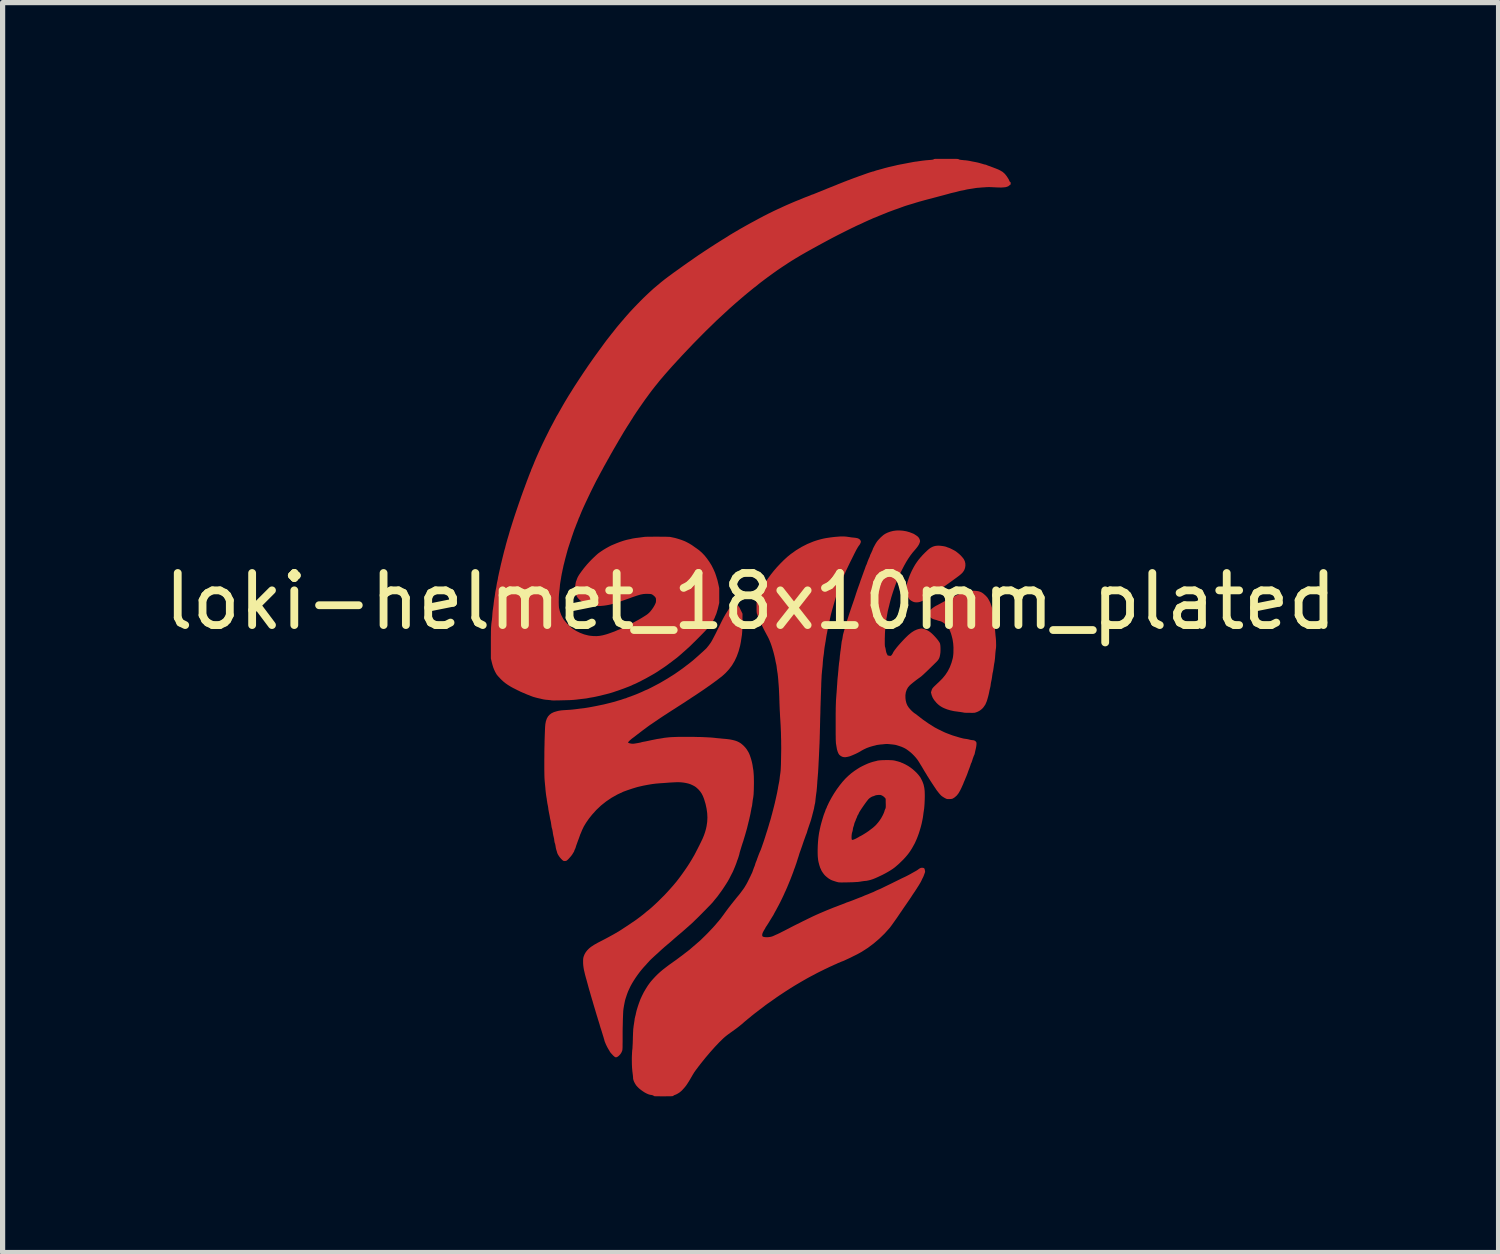
<source format=kicad_pcb>
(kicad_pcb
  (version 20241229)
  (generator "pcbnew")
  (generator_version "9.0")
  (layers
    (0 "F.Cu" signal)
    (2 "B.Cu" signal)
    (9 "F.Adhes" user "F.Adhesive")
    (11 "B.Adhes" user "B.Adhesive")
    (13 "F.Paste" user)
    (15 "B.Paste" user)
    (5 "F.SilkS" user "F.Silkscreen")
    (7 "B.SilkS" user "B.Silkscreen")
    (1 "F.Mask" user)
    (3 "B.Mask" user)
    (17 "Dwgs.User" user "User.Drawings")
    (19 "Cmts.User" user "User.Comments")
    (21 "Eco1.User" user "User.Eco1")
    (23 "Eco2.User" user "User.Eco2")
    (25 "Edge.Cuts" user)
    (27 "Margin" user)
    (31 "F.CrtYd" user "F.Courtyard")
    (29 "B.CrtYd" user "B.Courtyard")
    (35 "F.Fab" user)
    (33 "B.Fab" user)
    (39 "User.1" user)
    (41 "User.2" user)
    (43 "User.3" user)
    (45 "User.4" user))
  (footprint "loki-helmet_18x10mm_plated"
    (layer "F.Cu")
    (at 11.363 8.998)
    (property "Reference" "loki-helmet_18x10mm_plated" (at 0 -0.5 0) (unlocked yes) (layer "F.SilkS") (effects (font (size 1 1) (thickness 0.15))))
    (attr smd)
    (pad "1" smd custom (at -4 0.5) (size 0.5 0.5) (layers "F.Cu" "F.Mask") (options (anchor circle)) (primitives (gr_poly (pts (xy 7.811 -9.498) (xy 7.859 -9.498) (xy 7.897 -9.498) (xy 7.928 -9.498) (xy 7.952 -9.497) (xy 7.969 -9.496) (xy 7.982 -9.495) (xy 7.989 -9.494) (xy 7.993 -9.493) (xy 7.994 -9.491) (xy 7.999 -9.487) (xy 8.013 -9.483) (xy 8.037 -9.478) (xy 8.068 -9.475) (xy 8.107 -9.471) (xy 8.116 -9.471) (xy 8.142 -9.468) (xy 8.172 -9.464) (xy 8.201 -9.459) (xy 8.207 -9.458) (xy 8.234 -9.452) (xy 8.264 -9.446) (xy 8.29 -9.441) (xy 8.296 -9.44) (xy 8.332 -9.433) (xy 8.373 -9.424) (xy 8.415 -9.412) (xy 8.454 -9.401) (xy 8.465 -9.397) (xy 8.484 -9.392) (xy 8.5 -9.388) (xy 8.509 -9.387) (xy 8.521 -9.384) (xy 8.535 -9.378) (xy 8.535 -9.378) (xy 8.548 -9.372) (xy 8.567 -9.365) (xy 8.578 -9.361) (xy 8.597 -9.355) (xy 8.62 -9.346) (xy 8.643 -9.337) (xy 8.647 -9.336) (xy 8.67 -9.327) (xy 8.693 -9.318) (xy 8.713 -9.311) (xy 8.715 -9.31) (xy 8.732 -9.303) (xy 8.754 -9.294) (xy 8.779 -9.282) (xy 8.791 -9.276) (xy 8.84 -9.247) (xy 8.882 -9.21) (xy 8.918 -9.165) (xy 8.921 -9.16) (xy 8.933 -9.142) (xy 8.944 -9.124) (xy 8.952 -9.112) (xy 8.961 -9.095) (xy 8.968 -9.078) (xy 8.969 -9.076) (xy 8.975 -9.062) (xy 8.984 -9.054) (xy 8.985 -9.054) (xy 8.991 -9.05) (xy 8.994 -9.041) (xy 8.995 -9.026) (xy 8.993 -9.009) (xy 8.99 -9.001) (xy 8.989 -9.001) (xy 8.981 -8.997) (xy 8.971 -8.989) (xy 8.967 -8.986) (xy 8.949 -8.972) (xy 8.925 -8.962) (xy 8.896 -8.954) (xy 8.859 -8.95) (xy 8.815 -8.947) (xy 8.762 -8.948) (xy 8.707 -8.95) (xy 8.674 -8.952) (xy 8.643 -8.953) (xy 8.617 -8.955) (xy 8.597 -8.955) (xy 8.584 -8.956) (xy 8.583 -8.956) (xy 8.558 -8.955) (xy 8.527 -8.954) (xy 8.491 -8.951) (xy 8.454 -8.949) (xy 8.417 -8.946) (xy 8.383 -8.943) (xy 8.353 -8.941) (xy 8.33 -8.938) (xy 8.321 -8.937) (xy 8.298 -8.933) (xy 8.268 -8.928) (xy 8.236 -8.923) (xy 8.209 -8.919) (xy 8.183 -8.915) (xy 8.159 -8.911) (xy 8.141 -8.907) (xy 8.13 -8.905) (xy 8.129 -8.904) (xy 8.118 -8.901) (xy 8.101 -8.897) (xy 8.079 -8.893) (xy 8.069 -8.891) (xy 8.045 -8.887) (xy 8.022 -8.882) (xy 8.003 -8.877) (xy 7.999 -8.876) (xy 7.983 -8.872) (xy 7.961 -8.866) (xy 7.938 -8.86) (xy 7.93 -8.858) (xy 7.886 -8.848) (xy 7.847 -8.839) (xy 7.808 -8.828) (xy 7.78 -8.82) (xy 7.757 -8.814) (xy 7.728 -8.806) (xy 7.698 -8.798) (xy 7.676 -8.792) (xy 7.645 -8.784) (xy 7.611 -8.775) (xy 7.578 -8.766) (xy 7.559 -8.761) (xy 7.532 -8.754) (xy 7.503 -8.746) (xy 7.478 -8.739) (xy 7.465 -8.736) (xy 7.442 -8.73) (xy 7.418 -8.724) (xy 7.399 -8.719) (xy 7.387 -8.716) (xy 7.373 -8.712) (xy 7.358 -8.708) (xy 7.339 -8.703) (xy 7.314 -8.696) (xy 7.282 -8.687) (xy 7.265 -8.682) (xy 7.241 -8.676) (xy 7.212 -8.667) (xy 7.181 -8.658) (xy 7.153 -8.649) (xy 7.124 -8.64) (xy 7.094 -8.631) (xy 7.067 -8.623) (xy 7.046 -8.617) (xy 6.997 -8.602) (xy 6.951 -8.587) (xy 6.914 -8.573) (xy 6.899 -8.568) (xy 6.878 -8.56) (xy 6.853 -8.551) (xy 6.826 -8.541) (xy 6.823 -8.54) (xy 6.794 -8.53) (xy 6.765 -8.52) (xy 6.739 -8.51) (xy 6.719 -8.503) (xy 6.718 -8.503) (xy 6.696 -8.494) (xy 6.675 -8.487) (xy 6.658 -8.48) (xy 6.657 -8.48) (xy 6.638 -8.473) (xy 6.617 -8.464) (xy 6.612 -8.462) (xy 6.597 -8.456) (xy 6.576 -8.447) (xy 6.552 -8.438) (xy 6.538 -8.432) (xy 6.511 -8.421) (xy 6.481 -8.409) (xy 6.454 -8.398) (xy 6.444 -8.393) (xy 6.421 -8.384) (xy 6.398 -8.374) (xy 6.379 -8.367) (xy 6.375 -8.366) (xy 6.358 -8.359) (xy 6.344 -8.353) (xy 6.339 -8.351) (xy 6.331 -8.347) (xy 6.315 -8.339) (xy 6.295 -8.331) (xy 6.281 -8.325) (xy 6.258 -8.315) (xy 6.237 -8.305) (xy 6.219 -8.297) (xy 6.213 -8.294) (xy 6.186 -8.282) (xy 6.159 -8.269) (xy 6.134 -8.257) (xy 6.112 -8.247) (xy 6.095 -8.239) (xy 6.084 -8.234) (xy 6.081 -8.233) (xy 6.076 -8.231) (xy 6.062 -8.225) (xy 6.043 -8.216) (xy 6.017 -8.204) (xy 5.988 -8.189) (xy 5.955 -8.174) (xy 5.921 -8.157) (xy 5.886 -8.14) (xy 5.852 -8.123) (xy 5.82 -8.107) (xy 5.794 -8.094) (xy 5.675 -8.034) (xy 5.565 -7.977) (xy 5.464 -7.923) (xy 5.39 -7.883) (xy 5.364 -7.869) (xy 5.341 -7.856) (xy 5.321 -7.845) (xy 5.307 -7.838) (xy 5.303 -7.836) (xy 5.294 -7.831) (xy 5.277 -7.821) (xy 5.254 -7.809) (xy 5.226 -7.793) (xy 5.194 -7.776) (xy 5.161 -7.757) (xy 5.127 -7.739) (xy 5.094 -7.72) (xy 5.063 -7.703) (xy 5.036 -7.687) (xy 5.013 -7.674) (xy 4.997 -7.665) (xy 4.993 -7.663) (xy 4.969 -7.649) (xy 4.942 -7.633) (xy 4.913 -7.615) (xy 4.884 -7.598) (xy 4.858 -7.583) (xy 4.836 -7.569) (xy 4.82 -7.559) (xy 4.813 -7.555) (xy 4.796 -7.545) (xy 4.779 -7.534) (xy 4.777 -7.533) (xy 4.764 -7.524) (xy 4.743 -7.511) (xy 4.718 -7.495) (xy 4.689 -7.475) (xy 4.658 -7.455) (xy 4.627 -7.435) (xy 4.597 -7.415) (xy 4.571 -7.397) (xy 4.549 -7.383) (xy 4.534 -7.372) (xy 4.532 -7.371) (xy 4.506 -7.353) (xy 4.477 -7.332) (xy 4.444 -7.309) (xy 4.411 -7.285) (xy 4.378 -7.261) (xy 4.347 -7.238) (xy 4.32 -7.219) (xy 4.298 -7.202) (xy 4.285 -7.193) (xy 4.269 -7.181) (xy 4.248 -7.165) (xy 4.225 -7.147) (xy 4.208 -7.135) (xy 4.185 -7.117) (xy 4.162 -7.099) (xy 4.141 -7.082) (xy 4.13 -7.072) (xy 4.112 -7.058) (xy 4.095 -7.044) (xy 4.082 -7.034) (xy 4.081 -7.034) (xy 4.071 -7.027) (xy 4.056 -7.015) (xy 4.034 -6.997) (xy 4.006 -6.974) (xy 3.972 -6.946) (xy 3.93 -6.912) (xy 3.881 -6.871) (xy 3.876 -6.867) (xy 3.738 -6.749) (xy 3.603 -6.63) (xy 3.576 -6.605) (xy 3.35 -6.396) (xy 3.126 -6.178) (xy 2.905 -5.954) (xy 2.69 -5.728) (xy 2.621 -5.652) (xy 2.595 -5.625) (xy 2.57 -5.597) (xy 2.546 -5.571) (xy 2.525 -5.548) (xy 2.508 -5.53) (xy 2.506 -5.528) (xy 2.488 -5.508) (xy 2.466 -5.483) (xy 2.44 -5.454) (xy 2.412 -5.422) (xy 2.383 -5.389) (xy 2.353 -5.355) (xy 2.325 -5.322) (xy 2.299 -5.291) (xy 2.275 -5.264) (xy 2.256 -5.241) (xy 2.242 -5.224) (xy 2.237 -5.218) (xy 2.221 -5.197) (xy 2.203 -5.175) (xy 2.188 -5.156) (xy 2.186 -5.154) (xy 2.172 -5.137) (xy 2.154 -5.114) (xy 2.133 -5.087) (xy 2.11 -5.058) (xy 2.088 -5.029) (xy 2.068 -5.002) (xy 2.063 -4.995) (xy 2.049 -4.977) (xy 2.034 -4.955) (xy 2.021 -4.938) (xy 2.002 -4.912) (xy 1.979 -4.881) (xy 1.953 -4.844) (xy 1.925 -4.804) (xy 1.896 -4.762) (xy 1.866 -4.72) (xy 1.838 -4.678) (xy 1.81 -4.638) (xy 1.786 -4.601) (xy 1.764 -4.568) (xy 1.747 -4.542) (xy 1.738 -4.526) (xy 1.731 -4.515) (xy 1.721 -4.499) (xy 1.708 -4.48) (xy 1.702 -4.47) (xy 1.69 -4.451) (xy 1.674 -4.425) (xy 1.656 -4.397) (xy 1.638 -4.369) (xy 1.632 -4.36) (xy 1.616 -4.334) (xy 1.601 -4.31) (xy 1.589 -4.29) (xy 1.579 -4.275) (xy 1.576 -4.27) (xy 1.567 -4.255) (xy 1.553 -4.232) (xy 1.537 -4.204) (xy 1.518 -4.173) (xy 1.499 -4.14) (xy 1.479 -4.107) (xy 1.469 -4.09) (xy 1.456 -4.067) (xy 1.443 -4.044) (xy 1.432 -4.026) (xy 1.426 -4.016) (xy 1.405 -3.979) (xy 1.383 -3.942) (xy 1.361 -3.904) (xy 1.341 -3.868) (xy 1.321 -3.834) (xy 1.305 -3.805) (xy 1.291 -3.78) (xy 1.282 -3.763) (xy 1.277 -3.754) (xy 1.269 -3.739) (xy 1.261 -3.726) (xy 1.256 -3.719) (xy 1.248 -3.703) (xy 1.236 -3.681) (xy 1.221 -3.655) (xy 1.205 -3.625) (xy 1.193 -3.605) (xy 1.176 -3.574) (xy 1.161 -3.545) (xy 1.148 -3.521) (xy 1.137 -3.502) (xy 1.13 -3.489) (xy 1.128 -3.485) (xy 1.123 -3.476) (xy 1.115 -3.461) (xy 1.105 -3.442) (xy 1.102 -3.437) (xy 1.091 -3.415) (xy 1.077 -3.389) (xy 1.062 -3.362) (xy 1.056 -3.35) (xy 1.034 -3.31) (xy 1.01 -3.262) (xy 0.984 -3.21) (xy 0.956 -3.154) (xy 0.927 -3.095) (xy 0.898 -3.034) (xy 0.869 -2.973) (xy 0.841 -2.914) (xy 0.814 -2.856) (xy 0.789 -2.802) (xy 0.767 -2.752) (xy 0.748 -2.708) (xy 0.733 -2.671) (xy 0.724 -2.649) (xy 0.718 -2.632) (xy 0.712 -2.618) (xy 0.708 -2.611) (xy 0.704 -2.604) (xy 0.699 -2.59) (xy 0.695 -2.58) (xy 0.689 -2.563) (xy 0.68 -2.54) (xy 0.671 -2.517) (xy 0.669 -2.511) (xy 0.659 -2.489) (xy 0.651 -2.467) (xy 0.644 -2.45) (xy 0.643 -2.446) (xy 0.637 -2.43) (xy 0.632 -2.417) (xy 0.63 -2.413) (xy 0.627 -2.405) (xy 0.62 -2.389) (xy 0.612 -2.366) (xy 0.602 -2.338) (xy 0.591 -2.306) (xy 0.58 -2.273) (xy 0.568 -2.24) (xy 0.558 -2.207) (xy 0.548 -2.178) (xy 0.547 -2.174) (xy 0.538 -2.147) (xy 0.529 -2.12) (xy 0.521 -2.095) (xy 0.517 -2.083) (xy 0.5 -2.032) (xy 0.487 -1.989) (xy 0.477 -1.952) (xy 0.474 -1.94) (xy 0.467 -1.917) (xy 0.461 -1.892) (xy 0.456 -1.874) (xy 0.449 -1.849) (xy 0.44 -1.815) (xy 0.429 -1.771) (xy 0.416 -1.718) (xy 0.415 -1.717) (xy 0.41 -1.696) (xy 0.404 -1.67) (xy 0.4 -1.648) (xy 0.395 -1.627) (xy 0.389 -1.599) (xy 0.383 -1.57) (xy 0.38 -1.554) (xy 0.374 -1.529) (xy 0.37 -1.504) (xy 0.366 -1.483) (xy 0.364 -1.473) (xy 0.362 -1.456) (xy 0.358 -1.434) (xy 0.354 -1.409) (xy 0.352 -1.399) (xy 0.348 -1.374) (xy 0.343 -1.343) (xy 0.339 -1.311) (xy 0.337 -1.285) (xy 0.334 -1.253) (xy 0.33 -1.218) (xy 0.326 -1.185) (xy 0.324 -1.163) (xy 0.321 -1.137) (xy 0.319 -1.104) (xy 0.317 -1.067) (xy 0.317 -1.028) (xy 0.316 -0.988) (xy 0.317 -0.951) (xy 0.318 -0.918) (xy 0.32 -0.891) (xy 0.321 -0.878) (xy 0.338 -0.808) (xy 0.363 -0.74) (xy 0.398 -0.673) (xy 0.403 -0.664) (xy 0.42 -0.64) (xy 0.443 -0.612) (xy 0.469 -0.581) (xy 0.498 -0.551) (xy 0.527 -0.522) (xy 0.555 -0.498) (xy 0.575 -0.481) (xy 0.648 -0.434) (xy 0.725 -0.396) (xy 0.804 -0.366) (xy 0.883 -0.346) (xy 0.919 -0.34) (xy 0.983 -0.334) (xy 1.044 -0.333) (xy 1.102 -0.338) (xy 1.162 -0.349) (xy 1.226 -0.366) (xy 1.264 -0.378) (xy 1.312 -0.395) (xy 1.353 -0.41) (xy 1.386 -0.422) (xy 1.414 -0.434) (xy 1.437 -0.444) (xy 1.451 -0.45) (xy 1.46 -0.454) (xy 1.463 -0.454) (xy 1.469 -0.456) (xy 1.482 -0.462) (xy 1.492 -0.466) (xy 1.51 -0.475) (xy 1.533 -0.486) (xy 1.553 -0.495) (xy 1.601 -0.518) (xy 1.641 -0.537) (xy 1.675 -0.554) (xy 1.706 -0.57) (xy 1.729 -0.582) (xy 1.752 -0.595) (xy 1.775 -0.607) (xy 1.794 -0.618) (xy 1.802 -0.622) (xy 1.838 -0.641) (xy 1.876 -0.663) (xy 1.915 -0.686) (xy 1.952 -0.709) (xy 1.985 -0.73) (xy 2.012 -0.748) (xy 2.021 -0.755) (xy 2.049 -0.779) (xy 2.078 -0.81) (xy 2.107 -0.847) (xy 2.135 -0.888) (xy 2.159 -0.93) (xy 2.166 -0.945) (xy 2.175 -0.965) (xy 2.181 -0.981) (xy 2.183 -0.999) (xy 2.184 -1.021) (xy 2.183 -1.042) (xy 2.182 -1.056) (xy 2.178 -1.067) (xy 2.171 -1.078) (xy 2.166 -1.085) (xy 2.151 -1.101) (xy 2.132 -1.117) (xy 2.12 -1.126) (xy 2.108 -1.133) (xy 2.099 -1.137) (xy 2.088 -1.14) (xy 2.075 -1.142) (xy 2.057 -1.143) (xy 2.031 -1.144) (xy 2.023 -1.144) (xy 1.995 -1.145) (xy 1.968 -1.143) (xy 1.942 -1.141) (xy 1.914 -1.136) (xy 1.884 -1.13) (xy 1.85 -1.12) (xy 1.811 -1.108) (xy 1.767 -1.093) (xy 1.715 -1.075) (xy 1.678 -1.061) (xy 1.604 -1.035) (xy 1.539 -1.012) (xy 1.481 -0.992) (xy 1.43 -0.975) (xy 1.384 -0.961) (xy 1.343 -0.949) (xy 1.306 -0.939) (xy 1.271 -0.932) (xy 1.238 -0.926) (xy 1.206 -0.921) (xy 1.183 -0.918) (xy 1.152 -0.915) (xy 1.128 -0.913) (xy 1.109 -0.911) (xy 1.092 -0.911) (xy 1.073 -0.912) (xy 1.052 -0.914) (xy 1.024 -0.916) (xy 1.005 -0.918) (xy 0.945 -0.927) (xy 0.892 -0.939) (xy 0.841 -0.956) (xy 0.794 -0.976) (xy 0.749 -1.003) (xy 0.71 -1.035) (xy 0.678 -1.072) (xy 0.662 -1.097) (xy 0.647 -1.132) (xy 0.636 -1.174) (xy 0.629 -1.217) (xy 0.628 -1.258) (xy 0.629 -1.265) (xy 0.631 -1.289) (xy 0.635 -1.315) (xy 0.639 -1.34) (xy 0.643 -1.363) (xy 0.647 -1.38) (xy 0.651 -1.391) (xy 0.651 -1.392) (xy 0.655 -1.399) (xy 0.66 -1.413) (xy 0.664 -1.425) (xy 0.672 -1.445) (xy 0.681 -1.466) (xy 0.694 -1.489) (xy 0.71 -1.515) (xy 0.731 -1.545) (xy 0.756 -1.58) (xy 0.788 -1.622) (xy 0.788 -1.623) (xy 0.822 -1.665) (xy 0.859 -1.709) (xy 0.9 -1.754) (xy 0.942 -1.798) (xy 0.985 -1.84) (xy 1.025 -1.878) (xy 1.062 -1.911) (xy 1.083 -1.928) (xy 1.126 -1.958) (xy 1.174 -1.99) (xy 1.224 -2.02) (xy 1.274 -2.048) (xy 1.32 -2.072) (xy 1.348 -2.084) (xy 1.427 -2.117) (xy 1.498 -2.144) (xy 1.561 -2.165) (xy 1.618 -2.181) (xy 1.667 -2.192) (xy 1.668 -2.192) (xy 1.69 -2.196) (xy 1.713 -2.202) (xy 1.726 -2.205) (xy 1.741 -2.208) (xy 1.763 -2.212) (xy 1.789 -2.216) (xy 1.818 -2.22) (xy 1.823 -2.22) (xy 1.854 -2.224) (xy 1.885 -2.228) (xy 1.914 -2.232) (xy 1.936 -2.235) (xy 1.938 -2.235) (xy 1.951 -2.237) (xy 1.967 -2.239) (xy 1.987 -2.24) (xy 2.012 -2.241) (xy 2.043 -2.242) (xy 2.081 -2.242) (xy 2.127 -2.242) (xy 2.181 -2.243) (xy 2.206 -2.243) (xy 2.254 -2.242) (xy 2.299 -2.242) (xy 2.341 -2.242) (xy 2.378 -2.241) (xy 2.408 -2.24) (xy 2.432 -2.239) (xy 2.448 -2.239) (xy 2.453 -2.238) (xy 2.468 -2.235) (xy 2.488 -2.231) (xy 2.511 -2.226) (xy 2.516 -2.225) (xy 2.549 -2.218) (xy 2.588 -2.207) (xy 2.63 -2.194) (xy 2.673 -2.18) (xy 2.702 -2.169) (xy 2.742 -2.153) (xy 2.78 -2.134) (xy 2.821 -2.112) (xy 2.861 -2.088) (xy 2.873 -2.08) (xy 2.891 -2.068) (xy 2.913 -2.052) (xy 2.937 -2.035) (xy 2.962 -2.018) (xy 2.984 -2.002) (xy 3.002 -1.989) (xy 3.014 -1.98) (xy 3.064 -1.936) (xy 3.115 -1.883) (xy 3.163 -1.823) (xy 3.209 -1.758) (xy 3.251 -1.69) (xy 3.287 -1.619) (xy 3.318 -1.548) (xy 3.342 -1.478) (xy 3.344 -1.47) (xy 3.35 -1.451) (xy 3.355 -1.435) (xy 3.359 -1.425) (xy 3.361 -1.415) (xy 3.366 -1.398) (xy 3.371 -1.375) (xy 3.377 -1.349) (xy 3.381 -1.333) (xy 3.398 -1.255) (xy 3.398 -0.97) (xy 3.381 -0.9) (xy 3.374 -0.871) (xy 3.366 -0.841) (xy 3.357 -0.811) (xy 3.349 -0.783) (xy 3.341 -0.759) (xy 3.334 -0.741) (xy 3.329 -0.731) (xy 3.329 -0.731) (xy 3.325 -0.723) (xy 3.32 -0.71) (xy 3.319 -0.706) (xy 3.31 -0.683) (xy 3.295 -0.653) (xy 3.276 -0.62) (xy 3.254 -0.586) (xy 3.231 -0.551) (xy 3.208 -0.52) (xy 3.202 -0.513) (xy 3.19 -0.498) (xy 3.171 -0.477) (xy 3.146 -0.451) (xy 3.117 -0.42) (xy 3.085 -0.387) (xy 3.05 -0.351) (xy 3.013 -0.314) (xy 2.975 -0.276) (xy 2.938 -0.239) (xy 2.902 -0.204) (xy 2.869 -0.171) (xy 2.838 -0.141) (xy 2.812 -0.116) (xy 2.793 -0.1) (xy 2.748 -0.059) (xy 2.709 -0.025) (xy 2.677 0.004) (xy 2.649 0.028) (xy 2.626 0.048) (xy 2.606 0.065) (xy 2.589 0.079) (xy 2.574 0.091) (xy 2.571 0.093) (xy 2.523 0.129) (xy 2.482 0.161) (xy 2.446 0.187) (xy 2.416 0.21) (xy 2.389 0.23) (xy 2.365 0.247) (xy 2.342 0.263) (xy 2.32 0.278) (xy 2.297 0.293) (xy 2.285 0.301) (xy 2.265 0.314) (xy 2.246 0.327) (xy 2.231 0.337) (xy 2.229 0.339) (xy 2.199 0.358) (xy 2.162 0.381) (xy 2.119 0.406) (xy 2.073 0.432) (xy 2.025 0.459) (xy 1.976 0.486) (xy 1.927 0.511) (xy 1.881 0.536) (xy 1.837 0.557) (xy 1.799 0.576) (xy 1.767 0.59) (xy 1.749 0.597) (xy 1.736 0.603) (xy 1.727 0.608) (xy 1.726 0.608) (xy 1.719 0.612) (xy 1.706 0.618) (xy 1.693 0.623) (xy 1.674 0.631) (xy 1.651 0.64) (xy 1.628 0.649) (xy 1.627 0.649) (xy 1.589 0.664) (xy 1.546 0.68) (xy 1.501 0.696) (xy 1.454 0.713) (xy 1.408 0.728) (xy 1.365 0.743) (xy 1.327 0.755) (xy 1.296 0.764) (xy 1.289 0.766) (xy 1.228 0.782) (xy 1.17 0.796) (xy 1.116 0.81) (xy 1.066 0.821) (xy 1.022 0.831) (xy 0.986 0.838) (xy 0.958 0.843) (xy 0.951 0.844) (xy 0.933 0.847) (xy 0.909 0.851) (xy 0.884 0.856) (xy 0.88 0.857) (xy 0.853 0.862) (xy 0.824 0.866) (xy 0.798 0.869) (xy 0.796 0.869) (xy 0.773 0.872) (xy 0.744 0.875) (xy 0.714 0.879) (xy 0.702 0.88) (xy 0.673 0.884) (xy 0.638 0.888) (xy 0.605 0.891) (xy 0.593 0.892) (xy 0.575 0.893) (xy 0.549 0.895) (xy 0.518 0.896) (xy 0.483 0.897) (xy 0.445 0.898) (xy 0.405 0.899) (xy 0.364 0.9) (xy 0.325 0.901) (xy 0.287 0.901) (xy 0.254 0.902) (xy 0.224 0.902) (xy 0.201 0.902) (xy 0.186 0.901) (xy 0.179 0.901) (xy 0.179 0.901) (xy 0.173 0.899) (xy 0.159 0.897) (xy 0.139 0.895) (xy 0.114 0.893) (xy 0.109 0.892) (xy 0.081 0.89) (xy 0.054 0.887) (xy 0.03 0.883) (xy 0.013 0.88) (xy -0.008 0.875) (xy -0.033 0.869) (xy -0.055 0.864) (xy -0.091 0.856) (xy -0.129 0.846) (xy -0.165 0.836) (xy -0.197 0.825) (xy -0.207 0.821) (xy -0.228 0.813) (xy -0.251 0.803) (xy -0.268 0.797) (xy -0.29 0.789) (xy -0.312 0.779) (xy -0.326 0.773) (xy -0.343 0.765) (xy -0.358 0.759) (xy -0.365 0.757) (xy -0.375 0.753) (xy -0.392 0.745) (xy -0.416 0.735) (xy -0.443 0.721) (xy -0.473 0.707) (xy -0.504 0.691) (xy -0.534 0.676) (xy -0.562 0.662) (xy -0.586 0.649) (xy -0.604 0.639) (xy -0.607 0.637) (xy -0.659 0.605) (xy -0.705 0.573) (xy -0.746 0.54) (xy -0.785 0.504) (xy -0.806 0.483) (xy -0.827 0.46) (xy -0.847 0.439) (xy -0.863 0.42) (xy -0.875 0.405) (xy -0.879 0.399) (xy -0.904 0.355) (xy -0.924 0.312) (xy -0.942 0.267) (xy -0.957 0.217) (xy -0.972 0.16) (xy -0.972 0.158) (xy -0.987 0.097) (xy -0.987 -0.198) (xy -0.987 -0.266) (xy -0.987 -0.325) (xy -0.986 -0.376) (xy -0.986 -0.42) (xy -0.985 -0.458) (xy -0.984 -0.491) (xy -0.982 -0.52) (xy -0.98 -0.546) (xy -0.978 -0.57) (xy -0.975 -0.593) (xy -0.972 -0.616) (xy -0.969 -0.632) (xy -0.967 -0.647) (xy -0.965 -0.67) (xy -0.962 -0.697) (xy -0.96 -0.727) (xy -0.959 -0.741) (xy -0.957 -0.773) (xy -0.954 -0.804) (xy -0.951 -0.832) (xy -0.947 -0.855) (xy -0.946 -0.861) (xy -0.943 -0.884) (xy -0.939 -0.912) (xy -0.935 -0.941) (xy -0.934 -0.955) (xy -0.93 -0.986) (xy -0.926 -1.02) (xy -0.921 -1.053) (xy -0.919 -1.064) (xy -0.914 -1.091) (xy -0.91 -1.118) (xy -0.907 -1.141) (xy -0.906 -1.15) (xy -0.903 -1.172) (xy -0.898 -1.199) (xy -0.893 -1.224) (xy -0.893 -1.224) (xy -0.888 -1.25) (xy -0.882 -1.28) (xy -0.878 -1.307) (xy -0.878 -1.308) (xy -0.874 -1.332) (xy -0.87 -1.355) (xy -0.866 -1.374) (xy -0.865 -1.376) (xy -0.861 -1.395) (xy -0.856 -1.418) (xy -0.852 -1.44) (xy -0.849 -1.463) (xy -0.843 -1.49) (xy -0.837 -1.518) (xy -0.835 -1.529) (xy -0.829 -1.555) (xy -0.822 -1.587) (xy -0.814 -1.62) (xy -0.809 -1.643) (xy -0.803 -1.672) (xy -0.796 -1.702) (xy -0.79 -1.729) (xy -0.785 -1.747) (xy -0.779 -1.773) (xy -0.772 -1.802) (xy -0.766 -1.826) (xy -0.755 -1.871) (xy -0.746 -1.907) (xy -0.739 -1.936) (xy -0.733 -1.959) (xy -0.728 -1.979) (xy -0.725 -1.989) (xy -0.718 -2.012) (xy -0.711 -2.037) (xy -0.708 -2.052) (xy -0.694 -2.106) (xy -0.681 -2.151) (xy -0.67 -2.192) (xy -0.659 -2.228) (xy -0.651 -2.255) (xy -0.642 -2.286) (xy -0.634 -2.313) (xy -0.631 -2.324) (xy -0.624 -2.349) (xy -0.616 -2.375) (xy -0.609 -2.398) (xy -0.608 -2.4) (xy -0.603 -2.417) (xy -0.595 -2.44) (xy -0.587 -2.468) (xy -0.577 -2.498) (xy -0.572 -2.515) (xy -0.554 -2.571) (xy -0.534 -2.633) (xy -0.512 -2.699) (xy -0.49 -2.764) (xy -0.469 -2.826) (xy -0.45 -2.882) (xy -0.448 -2.886) (xy -0.438 -2.916) (xy -0.427 -2.946) (xy -0.418 -2.973) (xy -0.411 -2.994) (xy -0.408 -3.002) (xy -0.4 -3.025) (xy -0.39 -3.052) (xy -0.381 -3.077) (xy -0.381 -3.079) (xy -0.373 -3.1) (xy -0.363 -3.127) (xy -0.352 -3.156) (xy -0.342 -3.185) (xy -0.341 -3.185) (xy -0.324 -3.233) (xy -0.309 -3.272) (xy -0.297 -3.307) (xy -0.285 -3.337) (xy -0.274 -3.367) (xy -0.273 -3.368) (xy -0.264 -3.393) (xy -0.254 -3.419) (xy -0.245 -3.441) (xy -0.245 -3.443) (xy -0.237 -3.462) (xy -0.23 -3.48) (xy -0.225 -3.491) (xy -0.219 -3.503) (xy -0.217 -3.512) (xy -0.215 -3.52) (xy -0.21 -3.533) (xy -0.208 -3.54) (xy -0.2 -3.556) (xy -0.191 -3.577) (xy -0.182 -3.599) (xy -0.173 -3.62) (xy -0.165 -3.64) (xy -0.159 -3.654) (xy -0.156 -3.662) (xy -0.156 -3.663) (xy -0.154 -3.668) (xy -0.149 -3.681) (xy -0.141 -3.699) (xy -0.132 -3.721) (xy -0.122 -3.745) (xy -0.111 -3.769) (xy -0.102 -3.791) (xy -0.093 -3.809) (xy -0.091 -3.815) (xy -0.084 -3.83) (xy -0.075 -3.85) (xy -0.066 -3.872) (xy -0.065 -3.874) (xy -0.055 -3.895) (xy -0.043 -3.922) (xy -0.031 -3.949) (xy -0.024 -3.963) (xy -0.013 -3.987) (xy -0.001 -4.012) (xy 0.009 -4.034) (xy 0.014 -4.044) (xy 0.021 -4.058) (xy 0.031 -4.079) (xy 0.044 -4.105) (xy 0.058 -4.135) (xy 0.074 -4.166) (xy 0.079 -4.176) (xy 0.094 -4.207) (xy 0.109 -4.236) (xy 0.121 -4.261) (xy 0.131 -4.282) (xy 0.138 -4.295) (xy 0.139 -4.298) (xy 0.146 -4.312) (xy 0.152 -4.324) (xy 0.154 -4.326) (xy 0.158 -4.333) (xy 0.165 -4.348) (xy 0.175 -4.367) (xy 0.185 -4.384) (xy 0.197 -4.408) (xy 0.21 -4.431) (xy 0.22 -4.451) (xy 0.225 -4.461) (xy 0.234 -4.477) (xy 0.246 -4.499) (xy 0.258 -4.522) (xy 0.26 -4.527) (xy 0.27 -4.545) (xy 0.279 -4.561) (xy 0.285 -4.571) (xy 0.286 -4.573) (xy 0.29 -4.579) (xy 0.298 -4.592) (xy 0.309 -4.611) (xy 0.322 -4.635) (xy 0.333 -4.654) (xy 0.368 -4.716) (xy 0.404 -4.779) (xy 0.439 -4.839) (xy 0.473 -4.895) (xy 0.504 -4.947) (xy 0.532 -4.991) (xy 0.537 -4.999) (xy 0.547 -5.015) (xy 0.56 -5.035) (xy 0.574 -5.058) (xy 0.583 -5.073) (xy 0.597 -5.095) (xy 0.615 -5.124) (xy 0.638 -5.159) (xy 0.664 -5.199) (xy 0.692 -5.242) (xy 0.721 -5.286) (xy 0.751 -5.331) (xy 0.78 -5.375) (xy 0.808 -5.417) (xy 0.834 -5.455) (xy 0.857 -5.489) (xy 0.875 -5.516) (xy 0.917 -5.576) (xy 0.955 -5.63) (xy 0.99 -5.68) (xy 1.023 -5.726) (xy 1.056 -5.771) (xy 1.089 -5.817) (xy 1.121 -5.86) (xy 1.153 -5.904) (xy 1.179 -5.94) (xy 1.201 -5.97) (xy 1.219 -5.994) (xy 1.233 -6.013) (xy 1.245 -6.028) (xy 1.255 -6.041) (xy 1.263 -6.051) (xy 1.269 -6.059) (xy 1.28 -6.073) (xy 1.296 -6.093) (xy 1.314 -6.116) (xy 1.333 -6.141) (xy 1.341 -6.15) (xy 1.382 -6.202) (xy 1.417 -6.247) (xy 1.448 -6.285) (xy 1.475 -6.317) (xy 1.499 -6.345) (xy 1.508 -6.356) (xy 1.526 -6.377) (xy 1.548 -6.402) (xy 1.57 -6.428) (xy 1.587 -6.448) (xy 1.627 -6.494) (xy 1.672 -6.545) (xy 1.722 -6.599) (xy 1.775 -6.655) (xy 1.83 -6.712) (xy 1.885 -6.768) (xy 1.941 -6.824) (xy 1.996 -6.877) (xy 2.048 -6.926) (xy 2.097 -6.971) (xy 2.141 -7.011) (xy 2.181 -7.044) (xy 2.181 -7.044) (xy 2.196 -7.057) (xy 2.216 -7.074) (xy 2.239 -7.092) (xy 2.26 -7.111) (xy 2.283 -7.13) (xy 2.313 -7.154) (xy 2.347 -7.181) (xy 2.384 -7.209) (xy 2.421 -7.237) (xy 2.457 -7.263) (xy 2.48 -7.28) (xy 2.496 -7.292) (xy 2.51 -7.302) (xy 2.515 -7.306) (xy 2.524 -7.313) (xy 2.54 -7.324) (xy 2.56 -7.338) (xy 2.583 -7.355) (xy 2.595 -7.363) (xy 2.62 -7.381) (xy 2.644 -7.398) (xy 2.664 -7.413) (xy 2.68 -7.424) (xy 2.684 -7.427) (xy 2.695 -7.435) (xy 2.713 -7.448) (xy 2.736 -7.464) (xy 2.763 -7.483) (xy 2.791 -7.503) (xy 2.801 -7.51) (xy 2.829 -7.529) (xy 2.855 -7.547) (xy 2.877 -7.562) (xy 2.894 -7.575) (xy 2.905 -7.582) (xy 2.908 -7.584) (xy 2.92 -7.593) (xy 2.939 -7.606) (xy 2.965 -7.624) (xy 2.995 -7.645) (xy 3.03 -7.668) (xy 3.068 -7.693) (xy 3.108 -7.72) (xy 3.148 -7.746) (xy 3.189 -7.773) (xy 3.227 -7.798) (xy 3.263 -7.821) (xy 3.284 -7.834) (xy 3.306 -7.849) (xy 3.331 -7.865) (xy 3.353 -7.879) (xy 3.355 -7.88) (xy 3.371 -7.89) (xy 3.394 -7.905) (xy 3.42 -7.921) (xy 3.447 -7.938) (xy 3.456 -7.944) (xy 3.488 -7.963) (xy 3.512 -7.978) (xy 3.531 -7.99) (xy 3.548 -8) (xy 3.563 -8.01) (xy 3.578 -8.02) (xy 3.596 -8.031) (xy 3.616 -8.044) (xy 3.637 -8.056) (xy 3.653 -8.066) (xy 3.654 -8.067) (xy 3.674 -8.078) (xy 3.694 -8.09) (xy 3.7 -8.093) (xy 3.714 -8.102) (xy 3.734 -8.113) (xy 3.757 -8.126) (xy 3.774 -8.137) (xy 3.803 -8.154) (xy 3.839 -8.174) (xy 3.881 -8.198) (xy 3.927 -8.224) (xy 3.976 -8.251) (xy 4.025 -8.278) (xy 4.074 -8.304) (xy 4.12 -8.329) (xy 4.162 -8.352) (xy 4.198 -8.371) (xy 4.218 -8.381) (xy 4.247 -8.397) (xy 4.275 -8.411) (xy 4.3 -8.424) (xy 4.319 -8.433) (xy 4.331 -8.44) (xy 4.333 -8.441) (xy 4.345 -8.447) (xy 4.364 -8.456) (xy 4.387 -8.467) (xy 4.413 -8.48) (xy 4.439 -8.493) (xy 4.466 -8.506) (xy 4.49 -8.517) (xy 4.511 -8.527) (xy 4.526 -8.534) (xy 4.534 -8.538) (xy 4.536 -8.538) (xy 4.541 -8.54) (xy 4.554 -8.546) (xy 4.571 -8.554) (xy 4.59 -8.563) (xy 4.626 -8.58) (xy 4.668 -8.599) (xy 4.713 -8.619) (xy 4.757 -8.638) (xy 4.799 -8.656) (xy 4.808 -8.66) (xy 4.829 -8.669) (xy 4.848 -8.677) (xy 4.862 -8.683) (xy 4.864 -8.684) (xy 4.88 -8.69) (xy 4.899 -8.698) (xy 4.907 -8.701) (xy 4.924 -8.707) (xy 4.946 -8.716) (xy 4.969 -8.726) (xy 4.976 -8.729) (xy 4.998 -8.738) (xy 5.021 -8.748) (xy 5.04 -8.755) (xy 5.044 -8.757) (xy 5.087 -8.773) (xy 5.121 -8.786) (xy 5.146 -8.796) (xy 5.161 -8.803) (xy 5.175 -8.809) (xy 5.185 -8.812) (xy 5.187 -8.813) (xy 5.194 -8.814) (xy 5.207 -8.819) (xy 5.226 -8.827) (xy 5.248 -8.836) (xy 5.273 -8.846) (xy 5.297 -8.856) (xy 5.317 -8.864) (xy 5.329 -8.868) (xy 5.345 -8.875) (xy 5.367 -8.884) (xy 5.391 -8.893) (xy 5.397 -8.896) (xy 5.417 -8.904) (xy 5.444 -8.915) (xy 5.474 -8.928) (xy 5.506 -8.94) (xy 5.524 -8.948) (xy 5.553 -8.959) (xy 5.581 -8.97) (xy 5.605 -8.98) (xy 5.623 -8.987) (xy 5.631 -8.99) (xy 5.65 -8.998) (xy 5.675 -9.009) (xy 5.706 -9.021) (xy 5.739 -9.034) (xy 5.774 -9.048) (xy 5.806 -9.061) (xy 5.836 -9.072) (xy 5.86 -9.082) (xy 5.875 -9.087) (xy 5.9 -9.096) (xy 5.927 -9.107) (xy 5.949 -9.115) (xy 5.985 -9.129) (xy 6.022 -9.142) (xy 6.057 -9.155) (xy 6.086 -9.166) (xy 6.093 -9.168) (xy 6.111 -9.174) (xy 6.134 -9.182) (xy 6.159 -9.191) (xy 6.172 -9.196) (xy 6.208 -9.209) (xy 6.242 -9.221) (xy 6.274 -9.232) (xy 6.302 -9.241) (xy 6.326 -9.248) (xy 6.342 -9.253) (xy 6.35 -9.255) (xy 6.35 -9.255) (xy 6.359 -9.256) (xy 6.374 -9.261) (xy 6.382 -9.264) (xy 6.401 -9.271) (xy 6.424 -9.278) (xy 6.436 -9.281) (xy 6.453 -9.285) (xy 6.476 -9.292) (xy 6.503 -9.299) (xy 6.532 -9.307) (xy 6.538 -9.309) (xy 6.572 -9.319) (xy 6.611 -9.329) (xy 6.649 -9.339) (xy 6.68 -9.346) (xy 6.711 -9.353) (xy 6.742 -9.36) (xy 6.77 -9.367) (xy 6.793 -9.372) (xy 6.795 -9.373) (xy 6.821 -9.379) (xy 6.851 -9.385) (xy 6.88 -9.391) (xy 6.886 -9.392) (xy 6.914 -9.397) (xy 6.945 -9.403) (xy 6.972 -9.408) (xy 6.977 -9.409) (xy 7.033 -9.42) (xy 7.082 -9.429) (xy 7.122 -9.437) (xy 7.154 -9.442) (xy 7.176 -9.445) (xy 7.178 -9.445) (xy 7.196 -9.447) (xy 7.22 -9.451) (xy 7.248 -9.455) (xy 7.267 -9.458) (xy 7.295 -9.462) (xy 7.33 -9.466) (xy 7.365 -9.47) (xy 7.399 -9.473) (xy 7.399 -9.473) (xy 7.437 -9.476) (xy 7.466 -9.478) (xy 7.487 -9.481) (xy 7.502 -9.483) (xy 7.511 -9.485) (xy 7.515 -9.488) (xy 7.516 -9.491) (xy 7.517 -9.493) (xy 7.522 -9.494) (xy 7.531 -9.496) (xy 7.544 -9.497) (xy 7.563 -9.497) (xy 7.588 -9.498) (xy 7.621 -9.498) (xy 7.661 -9.498) (xy 7.711 -9.498) (xy 7.755 -9.498)) (width 0) (fill yes))))
    (pad "1" smd custom (at -3 2.5) (size 0.5 0.5) (layers "F.Cu" "F.Mask") (options (anchor circle)) (primitives (gr_poly (pts (xy 2.704 -2.954) (xy 2.716 -2.951) (xy 2.735 -2.939) (xy 2.756 -2.921) (xy 2.775 -2.899) (xy 2.79 -2.875) (xy 2.793 -2.871) (xy 2.801 -2.852) (xy 2.812 -2.83) (xy 2.824 -2.806) (xy 2.826 -2.802) (xy 2.845 -2.762) (xy 2.844 -2.604) (xy 2.843 -2.539) (xy 2.842 -2.482) (xy 2.84 -2.434) (xy 2.837 -2.392) (xy 2.834 -2.356) (xy 2.829 -2.325) (xy 2.827 -2.312) (xy 2.824 -2.292) (xy 2.82 -2.268) (xy 2.817 -2.246) (xy 2.814 -2.225) (xy 2.809 -2.198) (xy 2.803 -2.169) (xy 2.799 -2.149) (xy 2.771 -2.045) (xy 2.736 -1.947) (xy 2.694 -1.857) (xy 2.644 -1.773) (xy 2.586 -1.696) (xy 2.521 -1.625) (xy 2.449 -1.56) (xy 2.416 -1.535) (xy 2.398 -1.521) (xy 2.383 -1.51) (xy 2.373 -1.502) (xy 2.37 -1.5) (xy 2.365 -1.495) (xy 2.354 -1.487) (xy 2.345 -1.48) (xy 2.331 -1.47) (xy 2.311 -1.456) (xy 2.29 -1.44) (xy 2.276 -1.43) (xy 2.254 -1.414) (xy 2.232 -1.398) (xy 2.214 -1.385) (xy 2.205 -1.379) (xy 2.189 -1.368) (xy 2.169 -1.354) (xy 2.147 -1.338) (xy 2.136 -1.331) (xy 2.115 -1.316) (xy 2.087 -1.297) (xy 2.053 -1.274) (xy 2.013 -1.247) (xy 1.97 -1.218) (xy 1.923 -1.187) (xy 1.875 -1.156) (xy 1.826 -1.123) (xy 1.778 -1.092) (xy 1.732 -1.061) (xy 1.688 -1.033) (xy 1.648 -1.007) (xy 1.613 -0.985) (xy 1.603 -0.978) (xy 1.588 -0.969) (xy 1.567 -0.955) (xy 1.542 -0.939) (xy 1.515 -0.922) (xy 1.488 -0.905) (xy 1.464 -0.889) (xy 1.445 -0.877) (xy 1.428 -0.866) (xy 1.405 -0.851) (xy 1.38 -0.834) (xy 1.354 -0.818) (xy 1.351 -0.816) (xy 1.328 -0.801) (xy 1.308 -0.788) (xy 1.292 -0.777) (xy 1.282 -0.771) (xy 1.28 -0.769) (xy 1.273 -0.765) (xy 1.259 -0.755) (xy 1.239 -0.742) (xy 1.215 -0.725) (xy 1.189 -0.707) (xy 1.182 -0.703) (xy 1.153 -0.683) (xy 1.126 -0.665) (xy 1.102 -0.648) (xy 1.082 -0.635) (xy 1.068 -0.626) (xy 1.067 -0.625) (xy 1.053 -0.615) (xy 1.031 -0.599) (xy 1.004 -0.579) (xy 0.972 -0.555) (xy 0.935 -0.528) (xy 0.896 -0.498) (xy 0.854 -0.466) (xy 0.812 -0.434) (xy 0.77 -0.401) (xy 0.728 -0.37) (xy 0.719 -0.363) (xy 0.693 -0.341) (xy 0.672 -0.322) (xy 0.657 -0.306) (xy 0.649 -0.293) (xy 0.647 -0.289) (xy 0.652 -0.284) (xy 0.664 -0.279) (xy 0.681 -0.274) (xy 0.701 -0.27) (xy 0.72 -0.267) (xy 0.736 -0.266) (xy 0.743 -0.266) (xy 0.771 -0.269) (xy 0.801 -0.274) (xy 0.831 -0.279) (xy 0.858 -0.284) (xy 0.88 -0.288) (xy 0.894 -0.292) (xy 0.911 -0.297) (xy 0.932 -0.302) (xy 0.948 -0.305) (xy 0.967 -0.308) (xy 0.992 -0.313) (xy 1.019 -0.319) (xy 1.036 -0.322) (xy 1.099 -0.336) (xy 1.155 -0.347) (xy 1.203 -0.357) (xy 1.244 -0.363) (xy 1.265 -0.366) (xy 1.287 -0.37) (xy 1.308 -0.373) (xy 1.322 -0.376) (xy 1.326 -0.377) (xy 1.336 -0.379) (xy 1.354 -0.381) (xy 1.378 -0.384) (xy 1.407 -0.387) (xy 1.433 -0.39) (xy 1.473 -0.393) (xy 1.521 -0.395) (xy 1.577 -0.397) (xy 1.639 -0.399) (xy 1.705 -0.399) (xy 1.774 -0.399) (xy 1.845 -0.399) (xy 1.917 -0.398) (xy 1.988 -0.396) (xy 2.057 -0.395) (xy 2.122 -0.392) (xy 2.182 -0.389) (xy 2.237 -0.386) (xy 2.284 -0.382) (xy 2.322 -0.378) (xy 2.322 -0.378) (xy 2.346 -0.375) (xy 2.377 -0.372) (xy 2.413 -0.369) (xy 2.449 -0.365) (xy 2.472 -0.363) (xy 2.541 -0.357) (xy 2.602 -0.349) (xy 2.654 -0.339) (xy 2.701 -0.327) (xy 2.741 -0.313) (xy 2.778 -0.295) (xy 2.811 -0.275) (xy 2.842 -0.25) (xy 2.873 -0.221) (xy 2.876 -0.218) (xy 2.899 -0.193) (xy 2.919 -0.168) (xy 2.938 -0.139) (xy 2.959 -0.104) (xy 2.961 -0.101) (xy 2.973 -0.076) (xy 2.986 -0.044) (xy 2.999 -0.006) (xy 3.012 0.035) (xy 3.023 0.076) (xy 3.032 0.116) (xy 3.038 0.147) (xy 3.042 0.176) (xy 3.047 0.207) (xy 3.052 0.236) (xy 3.053 0.241) (xy 3.056 0.271) (xy 3.059 0.309) (xy 3.062 0.353) (xy 3.063 0.402) (xy 3.064 0.453) (xy 3.064 0.506) (xy 3.063 0.56) (xy 3.062 0.611) (xy 3.06 0.66) (xy 3.058 0.703) (xy 3.054 0.741) (xy 3.05 0.771) (xy 3.048 0.782) (xy 3.044 0.802) (xy 3.04 0.828) (xy 3.037 0.856) (xy 3.035 0.869) (xy 3.032 0.894) (xy 3.029 0.919) (xy 3.025 0.939) (xy 3.023 0.947) (xy 3.018 0.966) (xy 3.014 0.989) (xy 3.01 1.011) (xy 3.005 1.037) (xy 2.999 1.071) (xy 2.991 1.108) (xy 2.982 1.147) (xy 2.974 1.185) (xy 2.971 1.194) (xy 2.966 1.217) (xy 2.959 1.243) (xy 2.954 1.265) (xy 2.944 1.305) (xy 2.933 1.351) (xy 2.92 1.398) (xy 2.907 1.443) (xy 2.898 1.475) (xy 2.89 1.502) (xy 2.881 1.531) (xy 2.873 1.558) (xy 2.87 1.567) (xy 2.864 1.589) (xy 2.857 1.611) (xy 2.852 1.627) (xy 2.851 1.628) (xy 2.846 1.642) (xy 2.84 1.662) (xy 2.832 1.686) (xy 2.827 1.702) (xy 2.819 1.729) (xy 2.81 1.758) (xy 2.802 1.784) (xy 2.799 1.795) (xy 2.793 1.814) (xy 2.789 1.83) (xy 2.787 1.84) (xy 2.787 1.841) (xy 2.785 1.85) (xy 2.781 1.865) (xy 2.775 1.885) (xy 2.768 1.908) (xy 2.761 1.93) (xy 2.754 1.95) (xy 2.748 1.964) (xy 2.747 1.966) (xy 2.742 1.981) (xy 2.735 2.001) (xy 2.731 2.014) (xy 2.724 2.034) (xy 2.715 2.058) (xy 2.705 2.082) (xy 2.703 2.088) (xy 2.694 2.11) (xy 2.685 2.13) (xy 2.679 2.145) (xy 2.678 2.149) (xy 2.671 2.164) (xy 2.663 2.183) (xy 2.653 2.204) (xy 2.644 2.221) (xy 2.639 2.23) (xy 2.635 2.238) (xy 2.628 2.252) (xy 2.618 2.271) (xy 2.609 2.289) (xy 2.596 2.315) (xy 2.584 2.337) (xy 2.573 2.356) (xy 2.563 2.375) (xy 2.55 2.395) (xy 2.536 2.418) (xy 2.518 2.446) (xy 2.496 2.48) (xy 2.489 2.49) (xy 2.459 2.535) (xy 2.427 2.58) (xy 2.395 2.624) (xy 2.366 2.664) (xy 2.339 2.697) (xy 2.334 2.703) (xy 2.317 2.723) (xy 2.298 2.747) (xy 2.28 2.769) (xy 2.276 2.774) (xy 2.265 2.787) (xy 2.248 2.805) (xy 2.226 2.829) (xy 2.198 2.857) (xy 2.167 2.889) (xy 2.134 2.923) (xy 2.098 2.959) (xy 2.062 2.996) (xy 2.025 3.033) (xy 1.989 3.069) (xy 1.955 3.102) (xy 1.923 3.133) (xy 1.895 3.161) (xy 1.871 3.183) (xy 1.854 3.199) (xy 1.815 3.233) (xy 1.772 3.271) (xy 1.728 3.31) (xy 1.684 3.348) (xy 1.642 3.384) (xy 1.605 3.415) (xy 1.598 3.421) (xy 1.574 3.442) (xy 1.547 3.465) (xy 1.523 3.486) (xy 1.504 3.503) (xy 1.485 3.52) (xy 1.467 3.536) (xy 1.451 3.549) (xy 1.445 3.554) (xy 1.395 3.596) (xy 1.346 3.638) (xy 1.295 3.683) (xy 1.256 3.719) (xy 1.228 3.745) (xy 1.198 3.772) (xy 1.169 3.798) (xy 1.144 3.821) (xy 1.124 3.84) (xy 1.101 3.861) (xy 1.078 3.883) (xy 1.057 3.905) (xy 1.042 3.922) (xy 1.027 3.938) (xy 1.007 3.96) (xy 0.985 3.985) (xy 0.963 4.009) (xy 0.955 4.017) (xy 0.915 4.063) (xy 0.873 4.115) (xy 0.832 4.17) (xy 0.792 4.227) (xy 0.755 4.284) (xy 0.722 4.339) (xy 0.694 4.39) (xy 0.681 4.418) (xy 0.671 4.439) (xy 0.661 4.46) (xy 0.654 4.476) (xy 0.652 4.479) (xy 0.645 4.497) (xy 0.635 4.523) (xy 0.623 4.556) (xy 0.611 4.593) (xy 0.6 4.626) (xy 0.594 4.646) (xy 0.588 4.67) (xy 0.582 4.699) (xy 0.575 4.734) (xy 0.567 4.777) (xy 0.561 4.814) (xy 0.558 4.835) (xy 0.555 4.864) (xy 0.553 4.902) (xy 0.551 4.948) (xy 0.549 4.999) (xy 0.547 5.057) (xy 0.546 5.119) (xy 0.544 5.184) (xy 0.543 5.253) (xy 0.543 5.323) (xy 0.543 5.35) (xy 0.543 5.408) (xy 0.543 5.456) (xy 0.542 5.496) (xy 0.542 5.529) (xy 0.542 5.556) (xy 0.541 5.576) (xy 0.54 5.592) (xy 0.539 5.605) (xy 0.538 5.615) (xy 0.536 5.623) (xy 0.534 5.63) (xy 0.531 5.637) (xy 0.531 5.638) (xy 0.517 5.668) (xy 0.498 5.696) (xy 0.476 5.72) (xy 0.453 5.74) (xy 0.43 5.752) (xy 0.421 5.754) (xy 0.409 5.755) (xy 0.396 5.749) (xy 0.385 5.742) (xy 0.375 5.733) (xy 0.36 5.72) (xy 0.345 5.703) (xy 0.329 5.686) (xy 0.315 5.67) (xy 0.304 5.656) (xy 0.298 5.647) (xy 0.297 5.645) (xy 0.294 5.639) (xy 0.287 5.627) (xy 0.278 5.611) (xy 0.277 5.611) (xy 0.264 5.589) (xy 0.249 5.562) (xy 0.234 5.532) (xy 0.22 5.502) (xy 0.208 5.473) (xy 0.198 5.449) (xy 0.193 5.431) (xy 0.193 5.431) (xy 0.19 5.417) (xy 0.184 5.398) (xy 0.178 5.378) (xy 0.178 5.376) (xy 0.171 5.354) (xy 0.162 5.326) (xy 0.154 5.298) (xy 0.149 5.284) (xy 0.142 5.259) (xy 0.134 5.234) (xy 0.127 5.212) (xy 0.124 5.203) (xy 0.117 5.183) (xy 0.11 5.158) (xy 0.104 5.139) (xy 0.099 5.119) (xy 0.093 5.101) (xy 0.089 5.088) (xy 0.086 5.077) (xy 0.08 5.059) (xy 0.073 5.037) (xy 0.068 5.02) (xy 0.06 4.993) (xy 0.051 4.964) (xy 0.043 4.939) (xy 0.04 4.928) (xy 0.029 4.892) (xy 0.016 4.847) (xy -0.000072 4.794) (xy -0.018 4.734) (xy -0.018 4.733) (xy -0.026 4.707) (xy -0.033 4.68) (xy -0.04 4.658) (xy -0.044 4.646) (xy -0.049 4.629) (xy -0.056 4.604) (xy -0.064 4.578) (xy -0.069 4.56) (xy -0.077 4.532) (xy -0.085 4.503) (xy -0.093 4.476) (xy -0.097 4.464) (xy -0.103 4.442) (xy -0.111 4.414) (xy -0.119 4.384) (xy -0.125 4.362) (xy -0.133 4.333) (xy -0.141 4.304) (xy -0.148 4.277) (xy -0.153 4.26) (xy -0.16 4.236) (xy -0.167 4.21) (xy -0.173 4.189) (xy -0.173 4.188) (xy -0.179 4.165) (xy -0.185 4.14) (xy -0.188 4.127) (xy -0.2 4.076) (xy -0.208 4.03) (xy -0.213 3.989) (xy -0.216 3.948) (xy -0.216 3.922) (xy -0.216 3.892) (xy -0.215 3.87) (xy -0.213 3.852) (xy -0.21 3.836) (xy -0.205 3.82) (xy -0.204 3.816) (xy -0.187 3.774) (xy -0.166 3.738) (xy -0.14 3.704) (xy -0.12 3.683) (xy -0.102 3.665) (xy -0.083 3.649) (xy -0.061 3.632) (xy -0.037 3.616) (xy -0.01 3.598) (xy 0.023 3.579) (xy 0.062 3.557) (xy 0.108 3.533) (xy 0.161 3.506) (xy 0.18 3.496) (xy 0.22 3.475) (xy 0.265 3.451) (xy 0.312 3.425) (xy 0.36 3.399) (xy 0.405 3.373) (xy 0.447 3.348) (xy 0.483 3.327) (xy 0.494 3.32) (xy 0.51 3.31) (xy 0.533 3.295) (xy 0.561 3.276) (xy 0.592 3.256) (xy 0.626 3.233) (xy 0.66 3.211) (xy 0.693 3.189) (xy 0.723 3.168) (xy 0.75 3.151) (xy 0.771 3.136) (xy 0.783 3.128) (xy 0.811 3.108) (xy 0.842 3.085) (xy 0.874 3.061) (xy 0.905 3.037) (xy 0.934 3.015) (xy 0.958 2.995) (xy 0.973 2.983) (xy 0.991 2.967) (xy 1.009 2.952) (xy 1.024 2.941) (xy 1.026 2.939) (xy 1.048 2.922) (xy 1.076 2.898) (xy 1.108 2.87) (xy 1.144 2.837) (xy 1.183 2.801) (xy 1.223 2.763) (xy 1.263 2.723) (xy 1.302 2.684) (xy 1.34 2.647) (xy 1.374 2.611) (xy 1.448 2.53) (xy 1.517 2.452) (xy 1.578 2.379) (xy 1.631 2.31) (xy 1.646 2.29) (xy 1.691 2.228) (xy 1.73 2.173) (xy 1.765 2.122) (xy 1.796 2.076) (xy 1.824 2.032) (xy 1.85 1.99) (xy 1.872 1.954) (xy 1.885 1.931) (xy 1.899 1.907) (xy 1.911 1.887) (xy 1.915 1.88) (xy 1.922 1.868) (xy 1.932 1.848) (xy 1.946 1.822) (xy 1.961 1.792) (xy 1.979 1.758) (xy 1.997 1.722) (xy 2.015 1.687) (xy 2.032 1.652) (xy 2.048 1.62) (xy 2.061 1.592) (xy 2.072 1.57) (xy 2.078 1.557) (xy 2.105 1.492) (xy 2.126 1.431) (xy 2.143 1.371) (xy 2.155 1.316) (xy 2.167 1.233) (xy 2.171 1.151) (xy 2.167 1.067) (xy 2.155 0.981) (xy 2.136 0.892) (xy 2.108 0.799) (xy 2.105 0.79) (xy 2.084 0.737) (xy 2.061 0.692) (xy 2.034 0.652) (xy 2.002 0.615) (xy 1.991 0.604) (xy 1.968 0.583) (xy 1.95 0.568) (xy 1.932 0.555) (xy 1.913 0.544) (xy 1.9 0.537) (xy 1.867 0.521) (xy 1.839 0.509) (xy 1.811 0.5) (xy 1.779 0.492) (xy 1.75 0.486) (xy 1.715 0.48) (xy 1.681 0.476) (xy 1.644 0.473) (xy 1.603 0.472) (xy 1.558 0.473) (xy 1.506 0.476) (xy 1.445 0.479) (xy 1.435 0.48) (xy 1.397 0.483) (xy 1.356 0.486) (xy 1.316 0.489) (xy 1.279 0.491) (xy 1.255 0.493) (xy 1.183 0.499) (xy 1.104 0.509) (xy 1.022 0.523) (xy 0.938 0.539) (xy 0.856 0.558) (xy 0.838 0.562) (xy 0.813 0.569) (xy 0.78 0.579) (xy 0.743 0.59) (xy 0.704 0.603) (xy 0.665 0.616) (xy 0.627 0.629) (xy 0.594 0.641) (xy 0.567 0.651) (xy 0.558 0.654) (xy 0.441 0.709) (xy 0.331 0.771) (xy 0.227 0.841) (xy 0.13 0.918) (xy 0.039 1.004) (xy -0.044 1.096) (xy -0.106 1.174) (xy -0.158 1.249) (xy -0.201 1.32) (xy -0.234 1.388) (xy -0.247 1.42) (xy -0.254 1.437) (xy -0.259 1.45) (xy -0.262 1.456) (xy -0.265 1.462) (xy -0.271 1.476) (xy -0.278 1.496) (xy -0.286 1.519) (xy -0.286 1.519) (xy -0.297 1.55) (xy -0.31 1.584) (xy -0.322 1.617) (xy -0.328 1.633) (xy -0.337 1.659) (xy -0.346 1.683) (xy -0.353 1.704) (xy -0.356 1.716) (xy -0.362 1.735) (xy -0.37 1.753) (xy -0.373 1.76) (xy -0.38 1.773) (xy -0.384 1.784) (xy -0.384 1.786) (xy -0.387 1.796) (xy -0.393 1.809) (xy -0.396 1.814) (xy -0.406 1.829) (xy -0.417 1.848) (xy -0.421 1.855) (xy -0.431 1.869) (xy -0.445 1.888) (xy -0.462 1.908) (xy -0.481 1.929) (xy -0.499 1.949) (xy -0.516 1.965) (xy -0.529 1.976) (xy -0.535 1.98) (xy -0.55 1.984) (xy -0.567 1.986) (xy -0.57 1.986) (xy -0.586 1.985) (xy -0.6 1.979) (xy -0.612 1.969) (xy -0.636 1.946) (xy -0.66 1.919) (xy -0.681 1.89) (xy -0.699 1.861) (xy -0.712 1.834) (xy -0.717 1.816) (xy -0.721 1.799) (xy -0.728 1.779) (xy -0.73 1.772) (xy -0.735 1.755) (xy -0.74 1.732) (xy -0.744 1.708) (xy -0.744 1.705) (xy -0.748 1.683) (xy -0.752 1.663) (xy -0.756 1.648) (xy -0.758 1.646) (xy -0.762 1.634) (xy -0.766 1.614) (xy -0.77 1.592) (xy -0.77 1.585) (xy -0.773 1.561) (xy -0.778 1.538) (xy -0.782 1.52) (xy -0.783 1.517) (xy -0.787 1.502) (xy -0.791 1.48) (xy -0.796 1.455) (xy -0.798 1.436) (xy -0.802 1.412) (xy -0.806 1.389) (xy -0.81 1.372) (xy -0.813 1.364) (xy -0.816 1.352) (xy -0.821 1.334) (xy -0.824 1.311) (xy -0.826 1.298) (xy -0.83 1.271) (xy -0.834 1.242) (xy -0.839 1.217) (xy -0.841 1.209) (xy -0.846 1.187) (xy -0.851 1.165) (xy -0.854 1.148) (xy -0.854 1.148) (xy -0.856 1.134) (xy -0.86 1.112) (xy -0.865 1.088) (xy -0.869 1.069) (xy -0.874 1.043) (xy -0.879 1.015) (xy -0.883 0.992) (xy -0.884 0.98) (xy -0.887 0.959) (xy -0.891 0.933) (xy -0.896 0.907) (xy -0.897 0.904) (xy -0.902 0.88) (xy -0.906 0.854) (xy -0.909 0.833) (xy -0.91 0.831) (xy -0.912 0.813) (xy -0.915 0.788) (xy -0.92 0.761) (xy -0.923 0.742) (xy -0.927 0.716) (xy -0.931 0.683) (xy -0.935 0.647) (xy -0.939 0.611) (xy -0.94 0.594) (xy -0.943 0.559) (xy -0.947 0.522) (xy -0.95 0.487) (xy -0.953 0.456) (xy -0.954 0.444) (xy -0.956 0.419) (xy -0.958 0.384) (xy -0.959 0.341) (xy -0.96 0.291) (xy -0.961 0.235) (xy -0.961 0.173) (xy -0.961 0.108) (xy -0.961 0.04) (xy -0.96 -0.031) (xy -0.96 -0.102) (xy -0.959 -0.173) (xy -0.957 -0.243) (xy -0.956 -0.311) (xy -0.954 -0.377) (xy -0.952 -0.437) (xy -0.95 -0.493) (xy -0.948 -0.543) (xy -0.946 -0.586) (xy -0.943 -0.62) (xy -0.941 -0.644) (xy -0.93 -0.7) (xy -0.913 -0.749) (xy -0.89 -0.79) (xy -0.859 -0.824) (xy -0.822 -0.852) (xy -0.776 -0.874) (xy -0.722 -0.89) (xy -0.718 -0.891) (xy -0.695 -0.897) (xy -0.674 -0.901) (xy -0.655 -0.904) (xy -0.636 -0.907) (xy -0.614 -0.909) (xy -0.588 -0.911) (xy -0.555 -0.913) (xy -0.526 -0.915) (xy -0.489 -0.917) (xy -0.449 -0.92) (xy -0.41 -0.924) (xy -0.374 -0.928) (xy -0.359 -0.93) (xy -0.327 -0.934) (xy -0.295 -0.938) (xy -0.265 -0.942) (xy -0.242 -0.944) (xy -0.239 -0.945) (xy -0.195 -0.95) (xy -0.143 -0.958) (xy -0.084 -0.968) (xy -0.021 -0.98) (xy 0.046 -0.993) (xy 0.113 -1.007) (xy 0.181 -1.021) (xy 0.246 -1.037) (xy 0.307 -1.052) (xy 0.36 -1.066) (xy 0.384 -1.072) (xy 0.407 -1.079) (xy 0.425 -1.084) (xy 0.429 -1.086) (xy 0.446 -1.091) (xy 0.468 -1.098) (xy 0.487 -1.103) (xy 0.508 -1.109) (xy 0.529 -1.116) (xy 0.542 -1.121) (xy 0.56 -1.127) (xy 0.581 -1.134) (xy 0.591 -1.136) (xy 0.608 -1.141) (xy 0.62 -1.146) (xy 0.624 -1.148) (xy 0.632 -1.152) (xy 0.646 -1.157) (xy 0.655 -1.16) (xy 0.671 -1.166) (xy 0.693 -1.173) (xy 0.717 -1.182) (xy 0.729 -1.187) (xy 0.754 -1.196) (xy 0.779 -1.206) (xy 0.8 -1.214) (xy 0.808 -1.217) (xy 0.837 -1.229) (xy 0.874 -1.245) (xy 0.915 -1.263) (xy 0.958 -1.283) (xy 0.97 -1.289) (xy 0.985 -1.295) (xy 0.996 -1.3) (xy 1 -1.301) (xy 1.005 -1.303) (xy 1.019 -1.309) (xy 1.038 -1.318) (xy 1.062 -1.33) (xy 1.09 -1.344) (xy 1.094 -1.346) (xy 1.254 -1.43) (xy 1.406 -1.519) (xy 1.552 -1.612) (xy 1.693 -1.711) (xy 1.758 -1.761) (xy 1.796 -1.789) (xy 1.827 -1.813) (xy 1.852 -1.833) (xy 1.873 -1.85) (xy 1.892 -1.865) (xy 1.909 -1.88) (xy 1.926 -1.895) (xy 1.945 -1.911) (xy 1.948 -1.914) (xy 1.999 -1.959) (xy 2.042 -1.998) (xy 2.079 -2.031) (xy 2.108 -2.058) (xy 2.132 -2.08) (xy 2.149 -2.097) (xy 2.161 -2.11) (xy 2.163 -2.113) (xy 2.179 -2.133) (xy 2.193 -2.15) (xy 2.206 -2.167) (xy 2.217 -2.183) (xy 2.229 -2.199) (xy 2.24 -2.216) (xy 2.251 -2.234) (xy 2.263 -2.255) (xy 2.276 -2.28) (xy 2.291 -2.308) (xy 2.308 -2.341) (xy 2.328 -2.379) (xy 2.35 -2.424) (xy 2.376 -2.476) (xy 2.405 -2.535) (xy 2.43 -2.586) (xy 2.453 -2.632) (xy 2.473 -2.671) (xy 2.492 -2.706) (xy 2.51 -2.738) (xy 2.53 -2.771) (xy 2.552 -2.806) (xy 2.566 -2.828) (xy 2.588 -2.863) (xy 2.606 -2.891) (xy 2.62 -2.912) (xy 2.631 -2.927) (xy 2.64 -2.938) (xy 2.647 -2.945) (xy 2.654 -2.949) (xy 2.661 -2.952) (xy 2.669 -2.953) (xy 2.678 -2.954)) (width 0) (fill yes))))
    (pad "1" smd custom (at -0.25 6.75) (size 0.5 0.5) (layers "F.Cu" "F.Mask") (options (anchor circle)) (primitives (gr_poly (pts (xy 2.054 -8.496) (xy 2.091 -8.493) (xy 2.125 -8.488) (xy 2.154 -8.484) (xy 2.184 -8.479) (xy 2.212 -8.476) (xy 2.227 -8.475) (xy 2.268 -8.47) (xy 2.3 -8.464) (xy 2.325 -8.454) (xy 2.343 -8.442) (xy 2.357 -8.426) (xy 2.361 -8.419) (xy 2.366 -8.407) (xy 2.368 -8.396) (xy 2.365 -8.382) (xy 2.364 -8.379) (xy 2.356 -8.36) (xy 2.346 -8.341) (xy 2.341 -8.334) (xy 2.327 -8.316) (xy 2.313 -8.295) (xy 2.299 -8.271) (xy 2.282 -8.242) (xy 2.264 -8.207) (xy 2.243 -8.166) (xy 2.225 -8.129) (xy 2.19 -8.059) (xy 2.159 -7.997) (xy 2.133 -7.943) (xy 2.111 -7.897) (xy 2.093 -7.859) (xy 2.078 -7.828) (xy 2.068 -7.804) (xy 2.067 -7.802) (xy 2.056 -7.779) (xy 2.046 -7.756) (xy 2.038 -7.737) (xy 2.036 -7.733) (xy 2.019 -7.697) (xy 2.001 -7.652) (xy 1.981 -7.601) (xy 1.96 -7.544) (xy 1.938 -7.483) (xy 1.917 -7.419) (xy 1.895 -7.354) (xy 1.875 -7.289) (xy 1.856 -7.225) (xy 1.839 -7.165) (xy 1.836 -7.154) (xy 1.829 -7.129) (xy 1.821 -7.103) (xy 1.815 -7.081) (xy 1.815 -7.08) (xy 1.803 -7.037) (xy 1.79 -6.987) (xy 1.779 -6.936) (xy 1.774 -6.914) (xy 1.77 -6.893) (xy 1.766 -6.875) (xy 1.762 -6.864) (xy 1.761 -6.862) (xy 1.759 -6.855) (xy 1.756 -6.84) (xy 1.751 -6.82) (xy 1.747 -6.796) (xy 1.746 -6.794) (xy 1.741 -6.765) (xy 1.735 -6.735) (xy 1.73 -6.707) (xy 1.726 -6.69) (xy 1.719 -6.649) (xy 1.712 -6.616) (xy 1.707 -6.589) (xy 1.703 -6.565) (xy 1.7 -6.544) (xy 1.697 -6.524) (xy 1.695 -6.514) (xy 1.691 -6.485) (xy 1.685 -6.452) (xy 1.68 -6.42) (xy 1.678 -6.41) (xy 1.673 -6.381) (xy 1.668 -6.347) (xy 1.664 -6.314) (xy 1.662 -6.295) (xy 1.659 -6.267) (xy 1.656 -6.238) (xy 1.652 -6.213) (xy 1.65 -6.198) (xy 1.647 -6.18) (xy 1.644 -6.155) (xy 1.641 -6.125) (xy 1.638 -6.093) (xy 1.637 -6.079) (xy 1.635 -6.044) (xy 1.632 -6.007) (xy 1.628 -5.97) (xy 1.625 -5.939) (xy 1.624 -5.932) (xy 1.621 -5.903) (xy 1.619 -5.876) (xy 1.616 -5.849) (xy 1.614 -5.822) (xy 1.613 -5.791) (xy 1.611 -5.757) (xy 1.609 -5.716) (xy 1.607 -5.669) (xy 1.606 -5.619) (xy 1.604 -5.574) (xy 1.603 -5.525) (xy 1.601 -5.477) (xy 1.599 -5.431) (xy 1.598 -5.39) (xy 1.597 -5.358) (xy 1.596 -5.334) (xy 1.595 -5.302) (xy 1.594 -5.262) (xy 1.592 -5.215) (xy 1.591 -5.163) (xy 1.59 -5.107) (xy 1.588 -5.047) (xy 1.586 -4.986) (xy 1.585 -4.923) (xy 1.584 -4.903) (xy 1.583 -4.841) (xy 1.581 -4.78) (xy 1.58 -4.72) (xy 1.578 -4.663) (xy 1.577 -4.611) (xy 1.575 -4.563) (xy 1.574 -4.522) (xy 1.572 -4.488) (xy 1.571 -4.463) (xy 1.571 -4.456) (xy 1.569 -4.419) (xy 1.567 -4.376) (xy 1.565 -4.33) (xy 1.563 -4.285) (xy 1.561 -4.245) (xy 1.557 -4.17) (xy 1.554 -4.105) (xy 1.551 -4.049) (xy 1.548 -4.002) (xy 1.546 -3.962) (xy 1.543 -3.93) (xy 1.541 -3.904) (xy 1.541 -3.9) (xy 1.539 -3.88) (xy 1.537 -3.852) (xy 1.534 -3.819) (xy 1.531 -3.783) (xy 1.529 -3.746) (xy 1.528 -3.739) (xy 1.526 -3.703) (xy 1.523 -3.669) (xy 1.52 -3.638) (xy 1.518 -3.613) (xy 1.516 -3.595) (xy 1.515 -3.591) (xy 1.511 -3.561) (xy 1.506 -3.525) (xy 1.501 -3.482) (xy 1.495 -3.43) (xy 1.495 -3.423) (xy 1.492 -3.399) (xy 1.489 -3.378) (xy 1.486 -3.363) (xy 1.484 -3.357) (xy 1.481 -3.346) (xy 1.478 -3.329) (xy 1.474 -3.309) (xy 1.474 -3.309) (xy 1.471 -3.291) (xy 1.468 -3.272) (xy 1.462 -3.25) (xy 1.455 -3.222) (xy 1.446 -3.187) (xy 1.436 -3.15) (xy 1.431 -3.128) (xy 1.424 -3.103) (xy 1.419 -3.084) (xy 1.407 -3.042) (xy 1.391 -2.995) (xy 1.375 -2.949) (xy 1.359 -2.902) (xy 1.345 -2.86) (xy 1.335 -2.825) (xy 1.334 -2.822) (xy 1.329 -2.805) (xy 1.324 -2.791) (xy 1.321 -2.785) (xy 1.318 -2.777) (xy 1.312 -2.762) (xy 1.304 -2.74) (xy 1.295 -2.714) (xy 1.284 -2.684) (xy 1.273 -2.654) (xy 1.263 -2.624) (xy 1.253 -2.596) (xy 1.251 -2.589) (xy 1.24 -2.556) (xy 1.228 -2.522) (xy 1.217 -2.491) (xy 1.208 -2.465) (xy 1.206 -2.459) (xy 1.2 -2.443) (xy 1.192 -2.421) (xy 1.184 -2.396) (xy 1.18 -2.383) (xy 1.171 -2.353) (xy 1.16 -2.32) (xy 1.149 -2.285) (xy 1.138 -2.25) (xy 1.127 -2.216) (xy 1.116 -2.186) (xy 1.108 -2.161) (xy 1.101 -2.142) (xy 1.097 -2.131) (xy 1.091 -2.116) (xy 1.083 -2.096) (xy 1.081 -2.088) (xy 1.07 -2.056) (xy 1.058 -2.024) (xy 1.045 -1.99) (xy 1.03 -1.951) (xy 1.013 -1.907) (xy 0.992 -1.856) (xy 0.99 -1.852) (xy 0.976 -1.817) (xy 0.964 -1.789) (xy 0.954 -1.764) (xy 0.943 -1.739) (xy 0.931 -1.712) (xy 0.926 -1.7) (xy 0.917 -1.681) (xy 0.906 -1.658) (xy 0.895 -1.632) (xy 0.891 -1.623) (xy 0.87 -1.578) (xy 0.845 -1.526) (xy 0.818 -1.471) (xy 0.79 -1.417) (xy 0.762 -1.365) (xy 0.737 -1.318) (xy 0.733 -1.312) (xy 0.721 -1.29) (xy 0.71 -1.27) (xy 0.702 -1.255) (xy 0.698 -1.247) (xy 0.697 -1.246) (xy 0.695 -1.24) (xy 0.688 -1.228) (xy 0.678 -1.211) (xy 0.665 -1.191) (xy 0.663 -1.188) (xy 0.647 -1.161) (xy 0.629 -1.132) (xy 0.612 -1.104) (xy 0.602 -1.087) (xy 0.588 -1.065) (xy 0.574 -1.043) (xy 0.562 -1.024) (xy 0.557 -1.017) (xy 0.546 -1.001) (xy 0.538 -0.988) (xy 0.535 -0.981) (xy 0.53 -0.971) (xy 0.521 -0.956) (xy 0.51 -0.938) (xy 0.507 -0.933) (xy 0.49 -0.902) (xy 0.478 -0.874) (xy 0.473 -0.849) (xy 0.474 -0.829) (xy 0.482 -0.815) (xy 0.486 -0.813) (xy 0.501 -0.807) (xy 0.525 -0.803) (xy 0.554 -0.801) (xy 0.586 -0.802) (xy 0.612 -0.805) (xy 0.637 -0.809) (xy 0.66 -0.815) (xy 0.682 -0.823) (xy 0.71 -0.836) (xy 0.711 -0.836) (xy 0.732 -0.846) (xy 0.75 -0.854) (xy 0.762 -0.859) (xy 0.766 -0.861) (xy 0.772 -0.863) (xy 0.785 -0.87) (xy 0.805 -0.879) (xy 0.83 -0.892) (xy 0.859 -0.907) (xy 0.892 -0.923) (xy 0.926 -0.941) (xy 0.961 -0.959) (xy 0.987 -0.972) (xy 1.034 -0.997) (xy 1.085 -1.023) (xy 1.139 -1.05) (xy 1.194 -1.077) (xy 1.249 -1.105) (xy 1.303 -1.131) (xy 1.355 -1.157) (xy 1.403 -1.18) (xy 1.446 -1.201) (xy 1.483 -1.218) (xy 1.513 -1.232) (xy 1.525 -1.237) (xy 1.548 -1.247) (xy 1.57 -1.257) (xy 1.588 -1.265) (xy 1.589 -1.265) (xy 1.631 -1.283) (xy 1.68 -1.304) (xy 1.733 -1.326) (xy 1.788 -1.348) (xy 1.842 -1.37) (xy 1.863 -1.378) (xy 1.891 -1.388) (xy 1.919 -1.399) (xy 1.945 -1.409) (xy 1.962 -1.416) (xy 1.987 -1.425) (xy 2.013 -1.435) (xy 2.035 -1.443) (xy 2.053 -1.45) (xy 2.068 -1.456) (xy 2.076 -1.46) (xy 2.076 -1.46) (xy 2.084 -1.464) (xy 2.098 -1.469) (xy 2.107 -1.472) (xy 2.131 -1.48) (xy 2.164 -1.492) (xy 2.204 -1.507) (xy 2.25 -1.525) (xy 2.254 -1.527) (xy 2.278 -1.536) (xy 2.303 -1.546) (xy 2.324 -1.554) (xy 2.326 -1.555) (xy 2.357 -1.567) (xy 2.38 -1.575) (xy 2.396 -1.582) (xy 2.407 -1.587) (xy 2.415 -1.59) (xy 2.42 -1.593) (xy 2.422 -1.593) (xy 2.432 -1.598) (xy 2.448 -1.605) (xy 2.457 -1.608) (xy 2.474 -1.615) (xy 2.496 -1.623) (xy 2.52 -1.633) (xy 2.526 -1.636) (xy 2.548 -1.645) (xy 2.569 -1.654) (xy 2.585 -1.66) (xy 2.589 -1.662) (xy 2.605 -1.668) (xy 2.62 -1.675) (xy 2.622 -1.676) (xy 2.635 -1.683) (xy 2.652 -1.691) (xy 2.671 -1.7) (xy 2.69 -1.708) (xy 2.705 -1.715) (xy 2.716 -1.719) (xy 2.718 -1.72) (xy 2.724 -1.722) (xy 2.737 -1.728) (xy 2.755 -1.736) (xy 2.773 -1.745) (xy 2.836 -1.776) (xy 2.898 -1.806) (xy 2.958 -1.835) (xy 3.014 -1.863) (xy 3.065 -1.888) (xy 3.112 -1.911) (xy 3.152 -1.931) (xy 3.186 -1.947) (xy 3.212 -1.959) (xy 3.22 -1.963) (xy 3.248 -1.977) (xy 3.277 -1.992) (xy 3.303 -2.006) (xy 3.324 -2.017) (xy 3.326 -2.018) (xy 3.346 -2.03) (xy 3.366 -2.041) (xy 3.382 -2.05) (xy 3.385 -2.052) (xy 3.411 -2.066) (xy 3.43 -2.077) (xy 3.445 -2.086) (xy 3.457 -2.094) (xy 3.468 -2.102) (xy 3.473 -2.106) (xy 3.5 -2.124) (xy 3.525 -2.134) (xy 3.549 -2.135) (xy 3.554 -2.134) (xy 3.572 -2.131) (xy 3.583 -2.125) (xy 3.59 -2.115) (xy 3.595 -2.098) (xy 3.596 -2.091) (xy 3.6 -2.073) (xy 3.601 -2.06) (xy 3.599 -2.047) (xy 3.594 -2.034) (xy 3.581 -1.998) (xy 3.571 -1.971) (xy 3.562 -1.952) (xy 3.556 -1.939) (xy 3.552 -1.933) (xy 3.545 -1.919) (xy 3.54 -1.908) (xy 3.534 -1.894) (xy 3.524 -1.874) (xy 3.511 -1.85) (xy 3.495 -1.823) (xy 3.478 -1.795) (xy 3.477 -1.793) (xy 3.464 -1.773) (xy 3.451 -1.753) (xy 3.441 -1.736) (xy 3.44 -1.735) (xy 3.43 -1.72) (xy 3.417 -1.7) (xy 3.404 -1.679) (xy 3.4 -1.674) (xy 3.377 -1.64) (xy 3.354 -1.606) (xy 3.334 -1.574) (xy 3.319 -1.552) (xy 3.311 -1.54) (xy 3.299 -1.522) (xy 3.284 -1.501) (xy 3.269 -1.478) (xy 3.268 -1.477) (xy 3.238 -1.433) (xy 3.208 -1.39) (xy 3.177 -1.345) (xy 3.143 -1.294) (xy 3.138 -1.288) (xy 3.098 -1.229) (xy 3.061 -1.174) (xy 3.026 -1.125) (xy 2.995 -1.081) (xy 2.968 -1.043) (xy 2.946 -1.013) (xy 2.928 -0.989) (xy 2.919 -0.978) (xy 2.823 -0.871) (xy 2.721 -0.772) (xy 2.613 -0.68) (xy 2.501 -0.596) (xy 2.384 -0.521) (xy 2.35 -0.502) (xy 2.323 -0.487) (xy 2.291 -0.47) (xy 2.255 -0.452) (xy 2.216 -0.433) (xy 2.177 -0.413) (xy 2.139 -0.395) (xy 2.102 -0.378) (xy 2.068 -0.362) (xy 2.04 -0.349) (xy 2.017 -0.34) (xy 2.003 -0.335) (xy 1.99 -0.33) (xy 1.974 -0.323) (xy 1.973 -0.322) (xy 1.96 -0.316) (xy 1.951 -0.313) (xy 1.95 -0.312) (xy 1.943 -0.31) (xy 1.93 -0.305) (xy 1.919 -0.3) (xy 1.903 -0.292) (xy 1.881 -0.282) (xy 1.857 -0.272) (xy 1.845 -0.266) (xy 1.81 -0.25) (xy 1.767 -0.231) (xy 1.72 -0.208) (xy 1.671 -0.185) (xy 1.623 -0.161) (xy 1.576 -0.138) (xy 1.534 -0.117) (xy 1.502 -0.1) (xy 1.475 -0.085) (xy 1.444 -0.069) (xy 1.415 -0.054) (xy 1.398 -0.045) (xy 1.361 -0.025) (xy 1.317 -0.000473) (xy 1.269 0.027) (xy 1.219 0.056) (xy 1.168 0.086) (xy 1.119 0.115) (xy 1.074 0.142) (xy 1.035 0.167) (xy 1.025 0.173) (xy 1.008 0.183) (xy 0.987 0.197) (xy 0.965 0.211) (xy 0.961 0.213) (xy 0.909 0.247) (xy 0.856 0.282) (xy 0.8 0.319) (xy 0.74 0.36) (xy 0.674 0.407) (xy 0.66 0.417) (xy 0.636 0.434) (xy 0.61 0.452) (xy 0.587 0.468) (xy 0.579 0.473) (xy 0.562 0.486) (xy 0.538 0.503) (xy 0.512 0.523) (xy 0.486 0.543) (xy 0.479 0.549) (xy 0.45 0.571) (xy 0.417 0.595) (xy 0.385 0.62) (xy 0.357 0.642) (xy 0.354 0.644) (xy 0.33 0.662) (xy 0.306 0.681) (xy 0.285 0.698) (xy 0.268 0.711) (xy 0.265 0.714) (xy 0.249 0.728) (xy 0.228 0.745) (xy 0.205 0.763) (xy 0.194 0.772) (xy 0.171 0.792) (xy 0.145 0.813) (xy 0.121 0.833) (xy 0.113 0.841) (xy 0.088 0.863) (xy 0.062 0.884) (xy 0.036 0.905) (xy 0.007 0.928) (xy -0.026 0.953) (xy -0.065 0.981) (xy -0.109 1.013) (xy -0.136 1.032) (xy -0.175 1.06) (xy -0.209 1.086) (xy -0.24 1.111) (xy -0.27 1.137) (xy -0.301 1.167) (xy -0.336 1.202) (xy -0.35 1.215) (xy -0.439 1.309) (xy -0.528 1.409) (xy -0.617 1.514) (xy -0.702 1.62) (xy -0.752 1.684) (xy -0.775 1.716) (xy -0.794 1.74) (xy -0.808 1.759) (xy -0.818 1.774) (xy -0.827 1.786) (xy -0.834 1.796) (xy -0.84 1.807) (xy -0.845 1.814) (xy -0.855 1.831) (xy -0.863 1.844) (xy -0.868 1.852) (xy -0.872 1.86) (xy -0.88 1.874) (xy -0.891 1.892) (xy -0.899 1.906) (xy -0.912 1.929) (xy -0.926 1.952) (xy -0.938 1.972) (xy -0.943 1.979) (xy -0.955 1.998) (xy -0.967 2.017) (xy -0.974 2.027) (xy -0.986 2.045) (xy -1.003 2.067) (xy -1.023 2.091) (xy -1.044 2.114) (xy -1.063 2.135) (xy -1.079 2.151) (xy -1.083 2.154) (xy -1.109 2.176) (xy -1.138 2.195) (xy -1.167 2.212) (xy -1.192 2.223) (xy -1.199 2.226) (xy -1.216 2.232) (xy -1.229 2.24) (xy -1.234 2.244) (xy -1.237 2.247) (xy -1.241 2.249) (xy -1.247 2.25) (xy -1.257 2.251) (xy -1.27 2.252) (xy -1.289 2.253) (xy -1.314 2.253) (xy -1.347 2.253) (xy -1.388 2.254) (xy -1.426 2.254) (xy -1.475 2.254) (xy -1.514 2.253) (xy -1.546 2.253) (xy -1.569 2.253) (xy -1.587 2.252) (xy -1.598 2.251) (xy -1.605 2.249) (xy -1.609 2.248) (xy -1.61 2.246) (xy -1.615 2.24) (xy -1.63 2.234) (xy -1.655 2.228) (xy -1.672 2.226) (xy -1.704 2.218) (xy -1.74 2.203) (xy -1.779 2.183) (xy -1.818 2.158) (xy -1.857 2.13) (xy -1.893 2.101) (xy -1.924 2.07) (xy -1.95 2.04) (xy -1.954 2.033) (xy -1.973 2.002) (xy -1.989 1.97) (xy -2 1.94) (xy -2.006 1.915) (xy -2.006 1.907) (xy -2.007 1.887) (xy -2.009 1.863) (xy -2.011 1.845) (xy -2.02 1.774) (xy -2.026 1.706) (xy -2.029 1.64) (xy -2.03 1.57) (xy -2.03 1.512) (xy -2.029 1.475) (xy -2.027 1.441) (xy -2.026 1.41) (xy -2.024 1.385) (xy -2.023 1.367) (xy -2.021 1.359) (xy -2.02 1.349) (xy -2.018 1.329) (xy -2.017 1.303) (xy -2.015 1.27) (xy -2.013 1.233) (xy -2.012 1.193) (xy -2.011 1.169) (xy -2.01 1.116) (xy -2.008 1.071) (xy -2.007 1.034) (xy -2.005 1.004) (xy -2.004 0.977) (xy -2.002 0.954) (xy -1.999 0.934) (xy -1.997 0.913) (xy -1.994 0.892) (xy -1.991 0.874) (xy -1.987 0.847) (xy -1.983 0.82) (xy -1.979 0.796) (xy -1.978 0.785) (xy -1.975 0.761) (xy -1.969 0.736) (xy -1.966 0.722) (xy -1.96 0.701) (xy -1.955 0.68) (xy -1.953 0.668) (xy -1.948 0.646) (xy -1.941 0.615) (xy -1.931 0.58) (xy -1.919 0.541) (xy -1.906 0.501) (xy -1.892 0.461) (xy -1.878 0.424) (xy -1.866 0.391) (xy -1.835 0.324) (xy -1.801 0.256) (xy -1.763 0.191) (xy -1.724 0.129) (xy -1.685 0.075) (xy -1.664 0.048) (xy -1.621 -0.001) (xy -1.578 -0.047) (xy -1.534 -0.091) (xy -1.487 -0.134) (xy -1.435 -0.178) (xy -1.378 -0.222) (xy -1.315 -0.27) (xy -1.244 -0.32) (xy -1.241 -0.323) (xy -1.212 -0.343) (xy -1.178 -0.367) (xy -1.141 -0.395) (xy -1.102 -0.424) (xy -1.064 -0.452) (xy -1.03 -0.478) (xy -1.018 -0.488) (xy -0.998 -0.503) (xy -0.977 -0.519) (xy -0.961 -0.531) (xy -0.954 -0.537) (xy -0.946 -0.543) (xy -0.937 -0.55) (xy -0.925 -0.559) (xy -0.911 -0.571) (xy -0.894 -0.586) (xy -0.872 -0.605) (xy -0.844 -0.629) (xy -0.811 -0.657) (xy -0.772 -0.691) (xy -0.746 -0.713) (xy -0.72 -0.736) (xy -0.689 -0.766) (xy -0.654 -0.8) (xy -0.616 -0.837) (xy -0.577 -0.876) (xy -0.539 -0.916) (xy -0.503 -0.954) (xy -0.47 -0.989) (xy -0.442 -1.02) (xy -0.432 -1.031) (xy -0.412 -1.055) (xy -0.391 -1.08) (xy -0.371 -1.103) (xy -0.355 -1.121) (xy -0.354 -1.123) (xy -0.341 -1.139) (xy -0.323 -1.161) (xy -0.304 -1.187) (xy -0.283 -1.215) (xy -0.268 -1.235) (xy -0.248 -1.263) (xy -0.227 -1.292) (xy -0.207 -1.319) (xy -0.19 -1.342) (xy -0.181 -1.354) (xy -0.166 -1.374) (xy -0.146 -1.399) (xy -0.124 -1.428) (xy -0.099 -1.459) (xy -0.074 -1.491) (xy -0.05 -1.52) (xy -0.029 -1.547) (xy -0.011 -1.569) (xy 0.002 -1.585) (xy 0.016 -1.601) (xy 0.034 -1.623) (xy 0.054 -1.649) (xy 0.074 -1.676) (xy 0.094 -1.703) (xy 0.112 -1.727) (xy 0.126 -1.748) (xy 0.136 -1.763) (xy 0.137 -1.764) (xy 0.147 -1.782) (xy 0.157 -1.798) (xy 0.161 -1.804) (xy 0.167 -1.815) (xy 0.177 -1.833) (xy 0.19 -1.857) (xy 0.204 -1.885) (xy 0.219 -1.916) (xy 0.235 -1.948) (xy 0.25 -1.978) (xy 0.263 -2.007) (xy 0.275 -2.031) (xy 0.283 -2.049) (xy 0.287 -2.06) (xy 0.299 -2.095) (xy 0.309 -2.122) (xy 0.317 -2.144) (xy 0.324 -2.159) (xy 0.331 -2.178) (xy 0.337 -2.195) (xy 0.338 -2.202) (xy 0.343 -2.219) (xy 0.35 -2.237) (xy 0.351 -2.241) (xy 0.359 -2.259) (xy 0.367 -2.279) (xy 0.369 -2.284) (xy 0.377 -2.309) (xy 0.388 -2.338) (xy 0.399 -2.368) (xy 0.41 -2.397) (xy 0.42 -2.422) (xy 0.429 -2.443) (xy 0.435 -2.456) (xy 0.436 -2.458) (xy 0.442 -2.472) (xy 0.449 -2.489) (xy 0.451 -2.493) (xy 0.455 -2.507) (xy 0.463 -2.528) (xy 0.471 -2.551) (xy 0.476 -2.566) (xy 0.506 -2.652) (xy 0.533 -2.736) (xy 0.544 -2.772) (xy 0.552 -2.797) (xy 0.56 -2.822) (xy 0.567 -2.843) (xy 0.57 -2.853) (xy 0.575 -2.869) (xy 0.582 -2.892) (xy 0.59 -2.918) (xy 0.598 -2.944) (xy 0.606 -2.973) (xy 0.615 -3.003) (xy 0.623 -3.03) (xy 0.629 -3.048) (xy 0.636 -3.072) (xy 0.644 -3.101) (xy 0.651 -3.13) (xy 0.654 -3.14) (xy 0.662 -3.168) (xy 0.67 -3.2) (xy 0.677 -3.228) (xy 0.68 -3.236) (xy 0.688 -3.27) (xy 0.696 -3.3) (xy 0.703 -3.327) (xy 0.709 -3.353) (xy 0.716 -3.38) (xy 0.722 -3.409) (xy 0.73 -3.442) (xy 0.739 -3.482) (xy 0.749 -3.528) (xy 0.754 -3.551) (xy 0.761 -3.584) (xy 0.767 -3.618) (xy 0.774 -3.651) (xy 0.778 -3.679) (xy 0.778 -3.679) (xy 0.783 -3.706) (xy 0.788 -3.733) (xy 0.793 -3.756) (xy 0.795 -3.767) (xy 0.799 -3.787) (xy 0.803 -3.812) (xy 0.807 -3.84) (xy 0.809 -3.859) (xy 0.812 -3.887) (xy 0.816 -3.916) (xy 0.82 -3.942) (xy 0.822 -3.955) (xy 0.824 -3.973) (xy 0.827 -3.999) (xy 0.829 -4.034) (xy 0.831 -4.075) (xy 0.833 -4.122) (xy 0.834 -4.174) (xy 0.835 -4.229) (xy 0.836 -4.286) (xy 0.837 -4.345) (xy 0.838 -4.404) (xy 0.838 -4.462) (xy 0.837 -4.517) (xy 0.837 -4.57) (xy 0.837 -4.575) (xy 0.835 -4.635) (xy 0.834 -4.687) (xy 0.833 -4.734) (xy 0.831 -4.778) (xy 0.829 -4.822) (xy 0.827 -4.868) (xy 0.824 -4.917) (xy 0.821 -4.972) (xy 0.817 -5.03) (xy 0.815 -5.067) (xy 0.813 -5.111) (xy 0.81 -5.16) (xy 0.808 -5.212) (xy 0.806 -5.264) (xy 0.804 -5.314) (xy 0.804 -5.33) (xy 0.802 -5.375) (xy 0.801 -5.42) (xy 0.799 -5.463) (xy 0.797 -5.502) (xy 0.796 -5.536) (xy 0.794 -5.562) (xy 0.794 -5.574) (xy 0.789 -5.645) (xy 0.784 -5.707) (xy 0.78 -5.76) (xy 0.776 -5.803) (xy 0.772 -5.838) (xy 0.769 -5.865) (xy 0.766 -5.882) (xy 0.762 -5.906) (xy 0.758 -5.934) (xy 0.754 -5.963) (xy 0.753 -5.974) (xy 0.75 -5.999) (xy 0.746 -6.024) (xy 0.742 -6.044) (xy 0.74 -6.052) (xy 0.736 -6.069) (xy 0.731 -6.092) (xy 0.726 -6.116) (xy 0.726 -6.12) (xy 0.717 -6.164) (xy 0.706 -6.211) (xy 0.694 -6.258) (xy 0.686 -6.288) (xy 0.679 -6.31) (xy 0.673 -6.332) (xy 0.669 -6.346) (xy 0.663 -6.364) (xy 0.655 -6.39) (xy 0.645 -6.419) (xy 0.634 -6.45) (xy 0.622 -6.479) (xy 0.616 -6.495) (xy 0.6 -6.532) (xy 0.579 -6.574) (xy 0.555 -6.617) (xy 0.555 -6.618) (xy 0.541 -6.644) (xy 0.523 -6.678) (xy 0.502 -6.718) (xy 0.479 -6.765) (xy 0.454 -6.817) (xy 0.452 -6.821) (xy 0.435 -6.855) (xy 0.423 -6.882) (xy 0.413 -6.902) (xy 0.406 -6.919) (xy 0.401 -6.932) (xy 0.396 -6.945) (xy 0.392 -6.957) (xy 0.385 -6.978) (xy 0.378 -6.999) (xy 0.374 -7.009) (xy 0.371 -7.018) (xy 0.369 -7.029) (xy 0.367 -7.042) (xy 0.366 -7.061) (xy 0.365 -7.085) (xy 0.365 -7.117) (xy 0.365 -7.151) (xy 0.365 -7.271) (xy 0.381 -7.319) (xy 0.401 -7.376) (xy 0.424 -7.43) (xy 0.452 -7.485) (xy 0.485 -7.542) (xy 0.524 -7.603) (xy 0.545 -7.634) (xy 0.559 -7.654) (xy 0.571 -7.672) (xy 0.581 -7.685) (xy 0.585 -7.692) (xy 0.638 -7.764) (xy 0.696 -7.837) (xy 0.758 -7.909) (xy 0.823 -7.978) (xy 0.888 -8.043) (xy 0.953 -8.103) (xy 1.016 -8.154) (xy 1.018 -8.156) (xy 1.123 -8.231) (xy 1.23 -8.296) (xy 1.34 -8.352) (xy 1.454 -8.399) (xy 1.497 -8.414) (xy 1.546 -8.429) (xy 1.597 -8.443) (xy 1.646 -8.455) (xy 1.692 -8.464) (xy 1.716 -8.468) (xy 1.791 -8.479) (xy 1.857 -8.487) (xy 1.916 -8.492) (xy 1.967 -8.496) (xy 2.013 -8.497)) (width 0) (fill yes))))
    (pad "1" smd custom (at 2 1.5) (size 0.5 0.5) (layers "F.Cu" "F.Mask") (options (anchor circle)) (primitives (gr_poly (pts (xy 0.927 -3.357) (xy 0.991 -3.346) (xy 1.051 -3.329) (xy 1.085 -3.316) (xy 1.1 -3.31) (xy 1.112 -3.305) (xy 1.117 -3.304) (xy 1.124 -3.301) (xy 1.137 -3.294) (xy 1.154 -3.284) (xy 1.172 -3.272) (xy 1.19 -3.26) (xy 1.204 -3.25) (xy 1.205 -3.249) (xy 1.224 -3.23) (xy 1.239 -3.207) (xy 1.249 -3.183) (xy 1.254 -3.161) (xy 1.254 -3.152) (xy 1.246 -3.123) (xy 1.232 -3.091) (xy 1.21 -3.056) (xy 1.18 -3.017) (xy 1.158 -2.991) (xy 1.113 -2.939) (xy 1.071 -2.884) (xy 1.03 -2.824) (xy 0.99 -2.76) (xy 0.95 -2.689) (xy 0.909 -2.61) (xy 0.893 -2.578) (xy 0.879 -2.549) (xy 0.867 -2.524) (xy 0.857 -2.502) (xy 0.849 -2.487) (xy 0.846 -2.479) (xy 0.845 -2.478) (xy 0.843 -2.473) (xy 0.838 -2.46) (xy 0.831 -2.442) (xy 0.822 -2.421) (xy 0.812 -2.396) (xy 0.802 -2.372) (xy 0.794 -2.352) (xy 0.79 -2.341) (xy 0.785 -2.326) (xy 0.777 -2.305) (xy 0.768 -2.28) (xy 0.759 -2.253) (xy 0.757 -2.249) (xy 0.728 -2.161) (xy 0.701 -2.074) (xy 0.679 -1.993) (xy 0.67 -1.957) (xy 0.663 -1.927) (xy 0.655 -1.896) (xy 0.648 -1.868) (xy 0.643 -1.847) (xy 0.641 -1.84) (xy 0.635 -1.816) (xy 0.63 -1.788) (xy 0.625 -1.76) (xy 0.624 -1.757) (xy 0.62 -1.73) (xy 0.615 -1.701) (xy 0.61 -1.676) (xy 0.609 -1.673) (xy 0.602 -1.628) (xy 0.594 -1.574) (xy 0.588 -1.514) (xy 0.584 -1.449) (xy 0.58 -1.381) (xy 0.578 -1.311) (xy 0.577 -1.287) (xy 0.577 -1.243) (xy 0.577 -1.208) (xy 0.577 -1.18) (xy 0.578 -1.16) (xy 0.579 -1.145) (xy 0.58 -1.134) (xy 0.582 -1.126) (xy 0.583 -1.124) (xy 0.588 -1.11) (xy 0.592 -1.09) (xy 0.596 -1.068) (xy 0.596 -1.066) (xy 0.605 -1.023) (xy 0.617 -0.993) (xy 0.625 -0.977) (xy 0.631 -0.966) (xy 0.634 -0.961) (xy 0.634 -0.961) (xy 0.64 -0.961) (xy 0.652 -0.958) (xy 0.663 -0.956) (xy 0.679 -0.954) (xy 0.689 -0.954) (xy 0.697 -0.958) (xy 0.705 -0.965) (xy 0.715 -0.978) (xy 0.726 -0.995) (xy 0.732 -1.006) (xy 0.737 -1.018) (xy 0.743 -1.029) (xy 0.75 -1.04) (xy 0.759 -1.053) (xy 0.771 -1.07) (xy 0.788 -1.091) (xy 0.809 -1.119) (xy 0.831 -1.145) (xy 0.858 -1.176) (xy 0.889 -1.21) (xy 0.922 -1.246) (xy 0.955 -1.281) (xy 0.987 -1.313) (xy 1.016 -1.341) (xy 1.038 -1.361) (xy 1.09 -1.403) (xy 1.14 -1.435) (xy 1.188 -1.457) (xy 1.217 -1.467) (xy 1.24 -1.472) (xy 1.261 -1.477) (xy 1.277 -1.479) (xy 1.282 -1.48) (xy 1.304 -1.477) (xy 1.333 -1.469) (xy 1.364 -1.458) (xy 1.395 -1.444) (xy 1.423 -1.428) (xy 1.428 -1.425) (xy 1.454 -1.406) (xy 1.483 -1.381) (xy 1.514 -1.351) (xy 1.545 -1.318) (xy 1.574 -1.285) (xy 1.599 -1.254) (xy 1.611 -1.237) (xy 1.624 -1.217) (xy 1.633 -1.202) (xy 1.638 -1.189) (xy 1.641 -1.173) (xy 1.644 -1.153) (xy 1.645 -1.143) (xy 1.647 -1.102) (xy 1.647 -1.058) (xy 1.645 -1.015) (xy 1.639 -0.975) (xy 1.632 -0.941) (xy 1.625 -0.919) (xy 1.619 -0.905) (xy 1.613 -0.893) (xy 1.605 -0.881) (xy 1.595 -0.867) (xy 1.582 -0.852) (xy 1.564 -0.833) (xy 1.541 -0.811) (xy 1.513 -0.783) (xy 1.485 -0.756) (xy 1.442 -0.714) (xy 1.406 -0.679) (xy 1.375 -0.649) (xy 1.349 -0.625) (xy 1.328 -0.605) (xy 1.311 -0.589) (xy 1.297 -0.577) (xy 1.286 -0.567) (xy 1.276 -0.559) (xy 1.268 -0.552) (xy 1.259 -0.546) (xy 1.258 -0.545) (xy 1.219 -0.517) (xy 1.181 -0.489) (xy 1.145 -0.461) (xy 1.112 -0.435) (xy 1.084 -0.412) (xy 1.063 -0.393) (xy 1.057 -0.388) (xy 1.023 -0.349) (xy 0.998 -0.304) (xy 0.981 -0.254) (xy 0.973 -0.199) (xy 0.974 -0.139) (xy 0.98 -0.093) (xy 0.992 -0.046) (xy 1.01 -0.003) (xy 1.037 0.039) (xy 1.073 0.081) (xy 1.076 0.084) (xy 1.096 0.104) (xy 1.117 0.123) (xy 1.137 0.14) (xy 1.151 0.15) (xy 1.171 0.163) (xy 1.194 0.18) (xy 1.212 0.195) (xy 1.312 0.272) (xy 1.418 0.346) (xy 1.524 0.413) (xy 1.545 0.425) (xy 1.572 0.439) (xy 1.604 0.456) (xy 1.639 0.473) (xy 1.674 0.49) (xy 1.707 0.506) (xy 1.735 0.519) (xy 1.758 0.528) (xy 1.762 0.53) (xy 1.786 0.539) (xy 1.812 0.549) (xy 1.831 0.556) (xy 1.857 0.566) (xy 1.879 0.574) (xy 1.902 0.581) (xy 1.928 0.589) (xy 1.956 0.597) (xy 1.998 0.61) (xy 2.033 0.62) (xy 2.061 0.627) (xy 2.085 0.633) (xy 2.107 0.637) (xy 2.127 0.639) (xy 2.128 0.64) (xy 2.154 0.643) (xy 2.182 0.649) (xy 2.205 0.655) (xy 2.226 0.66) (xy 2.247 0.663) (xy 2.263 0.665) (xy 2.289 0.668) (xy 2.312 0.679) (xy 2.329 0.696) (xy 2.33 0.697) (xy 2.335 0.707) (xy 2.338 0.717) (xy 2.338 0.732) (xy 2.337 0.754) (xy 2.334 0.78) (xy 2.329 0.809) (xy 2.324 0.832) (xy 2.318 0.857) (xy 2.312 0.883) (xy 2.308 0.903) (xy 2.304 0.922) (xy 2.299 0.939) (xy 2.296 0.948) (xy 2.29 0.958) (xy 2.283 0.976) (xy 2.275 0.998) (xy 2.266 1.023) (xy 2.258 1.049) (xy 2.251 1.072) (xy 2.25 1.073) (xy 2.245 1.088) (xy 2.24 1.1) (xy 2.238 1.104) (xy 2.233 1.112) (xy 2.228 1.127) (xy 2.223 1.143) (xy 2.216 1.164) (xy 2.207 1.189) (xy 2.198 1.213) (xy 2.197 1.216) (xy 2.188 1.239) (xy 2.179 1.263) (xy 2.172 1.282) (xy 2.172 1.284) (xy 2.161 1.314) (xy 2.147 1.35) (xy 2.13 1.39) (xy 2.113 1.432) (xy 2.102 1.456) (xy 2.096 1.471) (xy 2.091 1.482) (xy 2.09 1.485) (xy 2.088 1.492) (xy 2.082 1.507) (xy 2.073 1.527) (xy 2.062 1.551) (xy 2.05 1.578) (xy 2.036 1.607) (xy 2.025 1.629) (xy 1.995 1.682) (xy 1.961 1.726) (xy 1.922 1.761) (xy 1.901 1.775) (xy 1.886 1.784) (xy 1.873 1.79) (xy 1.859 1.793) (xy 1.841 1.795) (xy 1.824 1.796) (xy 1.803 1.796) (xy 1.785 1.796) (xy 1.773 1.795) (xy 1.77 1.795) (xy 1.745 1.784) (xy 1.717 1.769) (xy 1.69 1.752) (xy 1.667 1.736) (xy 1.662 1.731) (xy 1.647 1.716) (xy 1.627 1.694) (xy 1.606 1.668) (xy 1.583 1.639) (xy 1.562 1.61) (xy 1.557 1.601) (xy 1.537 1.572) (xy 1.515 1.539) (xy 1.491 1.503) (xy 1.469 1.469) (xy 1.448 1.437) (xy 1.432 1.411) (xy 1.43 1.409) (xy 1.42 1.392) (xy 1.409 1.374) (xy 1.407 1.371) (xy 1.39 1.345) (xy 1.373 1.315) (xy 1.355 1.286) (xy 1.338 1.259) (xy 1.325 1.237) (xy 1.322 1.231) (xy 1.308 1.208) (xy 1.293 1.182) (xy 1.275 1.153) (xy 1.257 1.124) (xy 1.241 1.097) (xy 1.226 1.073) (xy 1.214 1.055) (xy 1.207 1.044) (xy 1.187 1.018) (xy 1.162 0.988) (xy 1.134 0.958) (xy 1.105 0.929) (xy 1.078 0.904) (xy 1.073 0.9) (xy 1.035 0.87) (xy 1.001 0.845) (xy 0.969 0.825) (xy 0.935 0.808) (xy 0.898 0.792) (xy 0.854 0.777) (xy 0.829 0.769) (xy 0.804 0.761) (xy 0.779 0.755) (xy 0.752 0.751) (xy 0.721 0.747) (xy 0.69 0.744) (xy 0.662 0.741) (xy 0.637 0.739) (xy 0.618 0.738) (xy 0.605 0.738) (xy 0.602 0.738) (xy 0.596 0.739) (xy 0.582 0.74) (xy 0.561 0.742) (xy 0.536 0.745) (xy 0.524 0.746) (xy 0.495 0.748) (xy 0.466 0.752) (xy 0.442 0.755) (xy 0.423 0.758) (xy 0.42 0.759) (xy 0.399 0.765) (xy 0.375 0.771) (xy 0.353 0.776) (xy 0.291 0.794) (xy 0.23 0.816) (xy 0.173 0.843) (xy 0.122 0.871) (xy 0.12 0.873) (xy 0.093 0.889) (xy 0.059 0.907) (xy 0.021 0.926) (xy -0.018 0.943) (xy -0.055 0.959) (xy -0.088 0.972) (xy -0.107 0.978) (xy -0.147 0.987) (xy -0.18 0.992) (xy -0.209 0.991) (xy -0.235 0.985) (xy -0.255 0.976) (xy -0.273 0.965) (xy -0.289 0.952) (xy -0.299 0.943) (xy -0.316 0.915) (xy -0.33 0.88) (xy -0.342 0.839) (xy -0.345 0.819) (xy -0.35 0.792) (xy -0.355 0.762) (xy -0.359 0.736) (xy -0.36 0.733) (xy -0.361 0.722) (xy -0.362 0.708) (xy -0.363 0.689) (xy -0.364 0.666) (xy -0.365 0.636) (xy -0.365 0.6) (xy -0.366 0.557) (xy -0.366 0.506) (xy -0.366 0.446) (xy -0.366 0.378) (xy -0.366 0.334) (xy -0.366 0.262) (xy -0.366 0.2) (xy -0.366 0.145) (xy -0.365 0.097) (xy -0.365 0.056) (xy -0.364 0.019) (xy -0.363 -0.013) (xy -0.362 -0.043) (xy -0.361 -0.071) (xy -0.36 -0.098) (xy -0.358 -0.125) (xy -0.356 -0.154) (xy -0.355 -0.166) (xy -0.352 -0.209) (xy -0.348 -0.255) (xy -0.345 -0.3) (xy -0.342 -0.342) (xy -0.34 -0.379) (xy -0.338 -0.4) (xy -0.336 -0.432) (xy -0.334 -0.464) (xy -0.332 -0.493) (xy -0.33 -0.516) (xy -0.329 -0.527) (xy -0.327 -0.546) (xy -0.324 -0.572) (xy -0.321 -0.602) (xy -0.319 -0.629) (xy -0.314 -0.678) (xy -0.311 -0.719) (xy -0.308 -0.752) (xy -0.305 -0.777) (xy -0.303 -0.797) (xy -0.302 -0.812) (xy -0.3 -0.823) (xy -0.299 -0.832) (xy -0.298 -0.837) (xy -0.296 -0.85) (xy -0.293 -0.87) (xy -0.29 -0.895) (xy -0.288 -0.922) (xy -0.288 -0.923) (xy -0.285 -0.957) (xy -0.28 -0.995) (xy -0.276 -1.032) (xy -0.272 -1.055) (xy -0.268 -1.087) (xy -0.263 -1.121) (xy -0.26 -1.153) (xy -0.257 -1.175) (xy -0.254 -1.2) (xy -0.251 -1.224) (xy -0.247 -1.244) (xy -0.245 -1.252) (xy -0.24 -1.269) (xy -0.236 -1.292) (xy -0.232 -1.316) (xy -0.232 -1.318) (xy -0.228 -1.342) (xy -0.224 -1.364) (xy -0.219 -1.381) (xy -0.219 -1.383) (xy -0.214 -1.401) (xy -0.207 -1.426) (xy -0.199 -1.455) (xy -0.19 -1.486) (xy -0.182 -1.517) (xy -0.178 -1.533) (xy -0.172 -1.556) (xy -0.165 -1.58) (xy -0.161 -1.591) (xy -0.156 -1.605) (xy -0.149 -1.626) (xy -0.14 -1.653) (xy -0.13 -1.684) (xy -0.12 -1.715) (xy -0.12 -1.716) (xy -0.108 -1.753) (xy -0.094 -1.795) (xy -0.079 -1.84) (xy -0.064 -1.884) (xy -0.052 -1.919) (xy -0.036 -1.965) (xy -0.023 -2.003) (xy -0.012 -2.033) (xy -0.004 -2.059) (xy 0.003 -2.079) (xy 0.009 -2.098) (xy 0.014 -2.114) (xy 0.017 -2.122) (xy 0.024 -2.146) (xy 0.033 -2.172) (xy 0.043 -2.202) (xy 0.055 -2.237) (xy 0.07 -2.28) (xy 0.086 -2.323) (xy 0.093 -2.344) (xy 0.101 -2.365) (xy 0.105 -2.379) (xy 0.11 -2.395) (xy 0.118 -2.416) (xy 0.126 -2.439) (xy 0.129 -2.445) (xy 0.137 -2.469) (xy 0.146 -2.493) (xy 0.153 -2.513) (xy 0.154 -2.516) (xy 0.161 -2.534) (xy 0.169 -2.558) (xy 0.178 -2.582) (xy 0.18 -2.587) (xy 0.189 -2.611) (xy 0.198 -2.636) (xy 0.205 -2.657) (xy 0.206 -2.661) (xy 0.213 -2.679) (xy 0.219 -2.694) (xy 0.223 -2.702) (xy 0.23 -2.715) (xy 0.233 -2.725) (xy 0.238 -2.74) (xy 0.246 -2.762) (xy 0.255 -2.786) (xy 0.265 -2.81) (xy 0.274 -2.831) (xy 0.281 -2.845) (xy 0.282 -2.847) (xy 0.288 -2.861) (xy 0.291 -2.871) (xy 0.292 -2.873) (xy 0.294 -2.881) (xy 0.299 -2.895) (xy 0.304 -2.905) (xy 0.318 -2.934) (xy 0.329 -2.959) (xy 0.339 -2.98) (xy 0.345 -2.996) (xy 0.347 -3.003) (xy 0.347 -3.004) (xy 0.35 -3.012) (xy 0.357 -3.026) (xy 0.367 -3.046) (xy 0.379 -3.068) (xy 0.392 -3.092) (xy 0.405 -3.115) (xy 0.418 -3.135) (xy 0.428 -3.15) (xy 0.429 -3.151) (xy 0.446 -3.173) (xy 0.469 -3.197) (xy 0.493 -3.223) (xy 0.519 -3.247) (xy 0.542 -3.267) (xy 0.561 -3.282) (xy 0.592 -3.301) (xy 0.626 -3.318) (xy 0.666 -3.333) (xy 0.683 -3.339) (xy 0.738 -3.353) (xy 0.798 -3.361) (xy 0.862 -3.362)) (width 0) (fill yes))))
    (pad "1" smd custom (at 2.5 4.25) (size 0.5 0.5) (layers "F.Cu" "F.Mask") (options (anchor circle)) (primitives (gr_poly (pts (xy 0.15 -1.703) (xy 0.186 -1.701) (xy 0.218 -1.7) (xy 0.244 -1.697) (xy 0.256 -1.695) (xy 0.279 -1.69) (xy 0.304 -1.683) (xy 0.329 -1.677) (xy 0.351 -1.67) (xy 0.369 -1.665) (xy 0.38 -1.661) (xy 0.383 -1.66) (xy 0.391 -1.655) (xy 0.405 -1.65) (xy 0.408 -1.649) (xy 0.425 -1.642) (xy 0.448 -1.631) (xy 0.475 -1.618) (xy 0.503 -1.602) (xy 0.528 -1.588) (xy 0.57 -1.56) (xy 0.613 -1.527) (xy 0.655 -1.49) (xy 0.694 -1.452) (xy 0.728 -1.413) (xy 0.756 -1.376) (xy 0.765 -1.361) (xy 0.797 -1.299) (xy 0.821 -1.236) (xy 0.836 -1.169) (xy 0.843 -1.107) (xy 0.844 -1.075) (xy 0.845 -1.036) (xy 0.845 -0.993) (xy 0.844 -0.948) (xy 0.842 -0.902) (xy 0.84 -0.857) (xy 0.837 -0.817) (xy 0.834 -0.782) (xy 0.831 -0.756) (xy 0.83 -0.753) (xy 0.827 -0.73) (xy 0.822 -0.7) (xy 0.818 -0.669) (xy 0.815 -0.645) (xy 0.808 -0.596) (xy 0.797 -0.54) (xy 0.784 -0.479) (xy 0.768 -0.417) (xy 0.75 -0.356) (xy 0.732 -0.298) (xy 0.713 -0.246) (xy 0.708 -0.233) (xy 0.694 -0.197) (xy 0.682 -0.169) (xy 0.671 -0.145) (xy 0.662 -0.124) (xy 0.652 -0.103) (xy 0.64 -0.081) (xy 0.636 -0.074) (xy 0.601 -0.011) (xy 0.565 0.046) (xy 0.526 0.1) (xy 0.483 0.152) (xy 0.434 0.206) (xy 0.4 0.239) (xy 0.354 0.284) (xy 0.311 0.322) (xy 0.27 0.357) (xy 0.228 0.388) (xy 0.183 0.417) (xy 0.135 0.446) (xy 0.081 0.476) (xy 0.019 0.508) (xy 0.018 0.508) (xy -0.045 0.538) (xy -0.1 0.563) (xy -0.15 0.583) (xy -0.195 0.598) (xy -0.236 0.608) (xy -0.276 0.616) (xy -0.297 0.618) (xy -0.321 0.62) (xy -0.341 0.623) (xy -0.355 0.625) (xy -0.361 0.626) (xy -0.369 0.627) (xy -0.384 0.63) (xy -0.405 0.633) (xy -0.427 0.636) (xy -0.445 0.638) (xy -0.471 0.639) (xy -0.503 0.641) (xy -0.539 0.643) (xy -0.579 0.644) (xy -0.619 0.645) (xy -0.66 0.646) (xy -0.699 0.646) (xy -0.734 0.647) (xy -0.765 0.647) (xy -0.79 0.646) (xy -0.806 0.645) (xy -0.811 0.645) (xy -0.827 0.641) (xy -0.85 0.635) (xy -0.876 0.627) (xy -0.903 0.618) (xy -0.927 0.61) (xy -0.947 0.602) (xy -0.958 0.597) (xy -1 0.572) (xy -1.034 0.546) (xy -1.065 0.519) (xy -1.083 0.5) (xy -1.101 0.477) (xy -1.118 0.453) (xy -1.133 0.43) (xy -1.143 0.411) (xy -1.146 0.404) (xy -1.151 0.39) (xy -1.156 0.381) (xy -1.163 0.367) (xy -1.17 0.345) (xy -1.179 0.318) (xy -1.187 0.288) (xy -1.195 0.257) (xy -1.201 0.227) (xy -1.205 0.201) (xy -1.205 0.198) (xy -1.21 0.145) (xy -1.212 0.084) (xy -1.212 0.018) (xy -1.21 -0.052) (xy -1.206 -0.122) (xy -1.2 -0.191) (xy -1.196 -0.227) (xy -0.561 -0.227) (xy -0.561 -0.203) (xy -0.558 -0.184) (xy -0.555 -0.173) (xy -0.548 -0.17) (xy -0.533 -0.172) (xy -0.513 -0.179) (xy -0.487 -0.19) (xy -0.476 -0.196) (xy -0.457 -0.206) (xy -0.441 -0.215) (xy -0.429 -0.221) (xy -0.427 -0.223) (xy -0.418 -0.229) (xy -0.404 -0.237) (xy -0.396 -0.24) (xy -0.361 -0.259) (xy -0.321 -0.283) (xy -0.278 -0.31) (xy -0.234 -0.34) (xy -0.192 -0.372) (xy -0.152 -0.402) (xy -0.118 -0.432) (xy -0.091 -0.458) (xy -0.091 -0.458) (xy -0.072 -0.48) (xy -0.05 -0.506) (xy -0.028 -0.534) (xy -0.009 -0.562) (xy 0.007 -0.586) (xy 0.013 -0.597) (xy 0.034 -0.635) (xy 0.049 -0.666) (xy 0.06 -0.691) (xy 0.068 -0.712) (xy 0.071 -0.724) (xy 0.077 -0.743) (xy 0.085 -0.762) (xy 0.087 -0.766) (xy 0.091 -0.774) (xy 0.093 -0.783) (xy 0.095 -0.794) (xy 0.096 -0.81) (xy 0.096 -0.832) (xy 0.096 -0.861) (xy 0.095 -0.873) (xy 0.094 -0.96) (xy 0.077 -0.981) (xy 0.063 -0.995) (xy 0.044 -1.01) (xy 0.029 -1.019) (xy 0.014 -1.026) (xy 0.002 -1.031) (xy -0.01 -1.033) (xy -0.026 -1.034) (xy -0.048 -1.033) (xy -0.077 -1.03) (xy -0.099 -1.026) (xy -0.114 -1.02) (xy -0.131 -1.013) (xy -0.148 -1.007) (xy -0.151 -1.007) (xy -0.165 -1.002) (xy -0.184 -0.992) (xy -0.204 -0.979) (xy -0.223 -0.965) (xy -0.237 -0.952) (xy -0.237 -0.952) (xy -0.248 -0.938) (xy -0.264 -0.918) (xy -0.283 -0.893) (xy -0.304 -0.864) (xy -0.326 -0.833) (xy -0.348 -0.801) (xy -0.369 -0.77) (xy -0.387 -0.743) (xy -0.402 -0.719) (xy -0.409 -0.708) (xy -0.418 -0.691) (xy -0.425 -0.675) (xy -0.425 -0.674) (xy -0.433 -0.658) (xy -0.442 -0.644) (xy -0.449 -0.633) (xy -0.452 -0.623) (xy -0.452 -0.623) (xy -0.455 -0.614) (xy -0.46 -0.6) (xy -0.468 -0.584) (xy -0.475 -0.567) (xy -0.481 -0.554) (xy -0.483 -0.546) (xy -0.485 -0.537) (xy -0.492 -0.524) (xy -0.493 -0.521) (xy -0.5 -0.506) (xy -0.507 -0.486) (xy -0.509 -0.477) (xy -0.514 -0.456) (xy -0.52 -0.435) (xy -0.523 -0.428) (xy -0.529 -0.411) (xy -0.534 -0.389) (xy -0.536 -0.373) (xy -0.539 -0.353) (xy -0.544 -0.333) (xy -0.547 -0.322) (xy -0.553 -0.304) (xy -0.557 -0.281) (xy -0.56 -0.254) (xy -0.561 -0.227) (xy -1.196 -0.227) (xy -1.192 -0.256) (xy -1.183 -0.316) (xy -1.181 -0.322) (xy -1.17 -0.377) (xy -1.157 -0.435) (xy -1.142 -0.493) (xy -1.126 -0.549) (xy -1.11 -0.602) (xy -1.095 -0.65) (xy -1.08 -0.69) (xy -1.074 -0.704) (xy -1.068 -0.72) (xy -1.063 -0.734) (xy -1.062 -0.74) (xy -1.06 -0.748) (xy -1.053 -0.761) (xy -1.053 -0.762) (xy -1.045 -0.777) (xy -1.037 -0.795) (xy -1.037 -0.798) (xy -1.031 -0.813) (xy -1.025 -0.826) (xy -1.024 -0.828) (xy -1.018 -0.839) (xy -1.011 -0.854) (xy -1.008 -0.861) (xy -1.001 -0.877) (xy -0.989 -0.9) (xy -0.975 -0.927) (xy -0.958 -0.958) (xy -0.941 -0.989) (xy -0.923 -1.019) (xy -0.907 -1.046) (xy -0.896 -1.064) (xy -0.841 -1.147) (xy -0.787 -1.22) (xy -0.734 -1.286) (xy -0.68 -1.346) (xy -0.624 -1.4) (xy -0.566 -1.45) (xy -0.504 -1.496) (xy -0.445 -1.535) (xy -0.4 -1.563) (xy -0.35 -1.589) (xy -0.298 -1.614) (xy -0.246 -1.637) (xy -0.197 -1.655) (xy -0.152 -1.669) (xy -0.125 -1.676) (xy -0.104 -1.681) (xy -0.086 -1.685) (xy -0.074 -1.689) (xy -0.058 -1.693) (xy -0.034 -1.696) (xy -0.003 -1.699) (xy 0.032 -1.701) (xy 0.071 -1.702) (xy 0.111 -1.703)) (width 0) (fill yes))))
    (pad "1" smd custom (at 3.5 -1) (size 0.5 0.5) (layers "F.Cu" "F.Mask") (options (anchor circle)) (primitives (gr_poly (pts (xy 0.133 -0.569) (xy 0.162 -0.566) (xy 0.192 -0.562) (xy 0.221 -0.557) (xy 0.246 -0.551) (xy 0.264 -0.545) (xy 0.269 -0.543) (xy 0.285 -0.536) (xy 0.298 -0.532) (xy 0.309 -0.528) (xy 0.327 -0.521) (xy 0.35 -0.51) (xy 0.374 -0.498) (xy 0.397 -0.486) (xy 0.418 -0.475) (xy 0.431 -0.467) (xy 0.467 -0.441) (xy 0.504 -0.411) (xy 0.539 -0.378) (xy 0.569 -0.344) (xy 0.594 -0.312) (xy 0.596 -0.308) (xy 0.614 -0.27) (xy 0.624 -0.229) (xy 0.625 -0.186) (xy 0.618 -0.142) (xy 0.603 -0.101) (xy 0.586 -0.074) (xy 0.573 -0.056) (xy 0.555 -0.037) (xy 0.533 -0.017) (xy 0.505 0.006) (xy 0.47 0.032) (xy 0.439 0.055) (xy 0.414 0.073) (xy 0.388 0.092) (xy 0.365 0.109) (xy 0.35 0.12) (xy 0.328 0.135) (xy 0.303 0.154) (xy 0.278 0.171) (xy 0.27 0.177) (xy 0.248 0.193) (xy 0.221 0.212) (xy 0.193 0.232) (xy 0.174 0.246) (xy 0.148 0.263) (xy 0.116 0.286) (xy 0.078 0.311) (xy 0.037 0.339) (xy -0.007 0.368) (xy -0.051 0.397) (xy -0.093 0.426) (xy -0.128 0.448) (xy -0.172 0.476) (xy -0.212 0.496) (xy -0.248 0.51) (xy -0.282 0.517) (xy -0.315 0.519) (xy -0.342 0.517) (xy -0.366 0.512) (xy -0.393 0.5) (xy -0.419 0.485) (xy -0.44 0.469) (xy -0.447 0.463) (xy -0.463 0.44) (xy -0.479 0.41) (xy -0.494 0.374) (xy -0.502 0.352) (xy -0.512 0.311) (xy -0.515 0.266) (xy -0.512 0.22) (xy -0.503 0.177) (xy -0.503 0.177) (xy -0.485 0.119) (xy -0.468 0.069) (xy -0.453 0.025) (xy -0.438 -0.013) (xy -0.423 -0.047) (xy -0.408 -0.08) (xy -0.398 -0.1) (xy -0.367 -0.159) (xy -0.337 -0.21) (xy -0.306 -0.256) (xy -0.274 -0.3) (xy -0.238 -0.343) (xy -0.198 -0.388) (xy -0.191 -0.395) (xy -0.148 -0.439) (xy -0.11 -0.475) (xy -0.076 -0.505) (xy -0.044 -0.528) (xy -0.013 -0.545) (xy 0.017 -0.557) (xy 0.048 -0.565) (xy 0.081 -0.569) (xy 0.109 -0.57)) (width 0) (fill yes))))
    (pad "1" smd custom (at 4.25 0.75) (size 0.5 0.5) (layers "F.Cu" "F.Mask") (options (anchor circle)) (primitives (gr_poly (pts (xy 0.067 -1.453) (xy 0.079 -1.452) (xy 0.12 -1.446) (xy 0.155 -1.436) (xy 0.188 -1.421) (xy 0.22 -1.399) (xy 0.254 -1.369) (xy 0.257 -1.367) (xy 0.279 -1.344) (xy 0.296 -1.325) (xy 0.31 -1.304) (xy 0.325 -1.278) (xy 0.328 -1.273) (xy 0.34 -1.25) (xy 0.35 -1.23) (xy 0.357 -1.213) (xy 0.36 -1.205) (xy 0.364 -1.191) (xy 0.371 -1.173) (xy 0.373 -1.167) (xy 0.381 -1.143) (xy 0.39 -1.111) (xy 0.399 -1.071) (xy 0.407 -1.026) (xy 0.415 -0.977) (xy 0.423 -0.926) (xy 0.43 -0.873) (xy 0.435 -0.82) (xy 0.44 -0.77) (xy 0.442 -0.732) (xy 0.444 -0.706) (xy 0.447 -0.672) (xy 0.45 -0.636) (xy 0.453 -0.599) (xy 0.455 -0.581) (xy 0.46 -0.536) (xy 0.463 -0.492) (xy 0.464 -0.449) (xy 0.465 -0.409) (xy 0.464 -0.376) (xy 0.462 -0.349) (xy 0.46 -0.338) (xy 0.458 -0.326) (xy 0.456 -0.306) (xy 0.453 -0.28) (xy 0.45 -0.249) (xy 0.448 -0.216) (xy 0.447 -0.211) (xy 0.445 -0.177) (xy 0.442 -0.145) (xy 0.438 -0.115) (xy 0.435 -0.091) (xy 0.432 -0.075) (xy 0.432 -0.074) (xy 0.428 -0.055) (xy 0.424 -0.03) (xy 0.42 -0.002) (xy 0.417 0.02) (xy 0.413 0.047) (xy 0.409 0.073) (xy 0.405 0.096) (xy 0.402 0.109) (xy 0.398 0.125) (xy 0.394 0.148) (xy 0.39 0.175) (xy 0.387 0.199) (xy 0.383 0.224) (xy 0.38 0.246) (xy 0.376 0.263) (xy 0.374 0.273) (xy 0.372 0.283) (xy 0.368 0.3) (xy 0.364 0.322) (xy 0.361 0.344) (xy 0.358 0.369) (xy 0.354 0.391) (xy 0.35 0.408) (xy 0.348 0.417) (xy 0.345 0.428) (xy 0.341 0.446) (xy 0.336 0.468) (xy 0.333 0.485) (xy 0.324 0.528) (xy 0.312 0.576) (xy 0.299 0.623) (xy 0.286 0.665) (xy 0.281 0.678) (xy 0.257 0.733) (xy 0.223 0.782) (xy 0.208 0.8) (xy 0.181 0.825) (xy 0.153 0.846) (xy 0.121 0.864) (xy 0.093 0.876) (xy 0.078 0.881) (xy 0.066 0.885) (xy 0.055 0.888) (xy 0.041 0.89) (xy 0.024 0.89) (xy 0.002 0.891) (xy -0.028 0.89) (xy -0.037 0.89) (xy -0.067 0.89) (xy -0.095 0.89) (xy -0.118 0.889) (xy -0.135 0.888) (xy -0.142 0.888) (xy -0.157 0.885) (xy -0.175 0.882) (xy -0.178 0.881) (xy -0.191 0.879) (xy -0.211 0.876) (xy -0.236 0.872) (xy -0.263 0.869) (xy -0.267 0.868) (xy -0.343 0.858) (xy -0.411 0.843) (xy -0.473 0.825) (xy -0.529 0.803) (xy -0.559 0.789) (xy -0.595 0.769) (xy -0.625 0.748) (xy -0.653 0.725) (xy -0.683 0.696) (xy -0.688 0.689) (xy -0.725 0.645) (xy -0.753 0.6) (xy -0.772 0.553) (xy -0.776 0.538) (xy -0.786 0.497) (xy -0.775 0.461) (xy -0.769 0.443) (xy -0.763 0.429) (xy -0.754 0.416) (xy -0.741 0.401) (xy -0.728 0.387) (xy -0.71 0.37) (xy -0.687 0.348) (xy -0.662 0.324) (xy -0.638 0.302) (xy -0.634 0.298) (xy -0.567 0.231) (xy -0.51 0.162) (xy -0.463 0.09) (xy -0.424 0.014) (xy -0.393 -0.068) (xy -0.376 -0.128) (xy -0.368 -0.158) (xy -0.363 -0.184) (xy -0.36 -0.209) (xy -0.357 -0.235) (xy -0.355 -0.267) (xy -0.355 -0.283) (xy -0.354 -0.365) (xy -0.359 -0.439) (xy -0.369 -0.507) (xy -0.376 -0.54) (xy -0.389 -0.59) (xy -0.401 -0.632) (xy -0.415 -0.669) (xy -0.429 -0.702) (xy -0.439 -0.72) (xy -0.462 -0.756) (xy -0.489 -0.789) (xy -0.52 -0.819) (xy -0.553 -0.844) (xy -0.585 -0.862) (xy -0.615 -0.872) (xy -0.635 -0.876) (xy -0.654 -0.882) (xy -0.659 -0.884) (xy -0.676 -0.89) (xy -0.696 -0.896) (xy -0.705 -0.898) (xy -0.747 -0.911) (xy -0.784 -0.931) (xy -0.813 -0.958) (xy -0.832 -0.987) (xy -0.839 -1.004) (xy -0.84 -1.019) (xy -0.834 -1.037) (xy -0.827 -1.05) (xy -0.815 -1.067) (xy -0.796 -1.086) (xy -0.772 -1.108) (xy -0.746 -1.129) (xy -0.718 -1.148) (xy -0.692 -1.164) (xy -0.674 -1.173) (xy -0.665 -1.177) (xy -0.649 -1.186) (xy -0.628 -1.197) (xy -0.603 -1.21) (xy -0.592 -1.217) (xy -0.565 -1.231) (xy -0.532 -1.249) (xy -0.496 -1.268) (xy -0.458 -1.287) (xy -0.423 -1.304) (xy -0.422 -1.305) (xy -0.354 -1.338) (xy -0.295 -1.367) (xy -0.241 -1.39) (xy -0.194 -1.41) (xy -0.151 -1.426) (xy -0.112 -1.437) (xy -0.075 -1.446) (xy -0.04 -1.452) (xy -0.005 -1.454) (xy 0.03 -1.455)) (width 0) (fill yes)))))
  (gr_rect
    (start -3 -3)
    (end 25.726 21.002)
    (stroke (width 0.1) (type default))
    (fill no)
    (layer "Edge.Cuts")))
</source>
